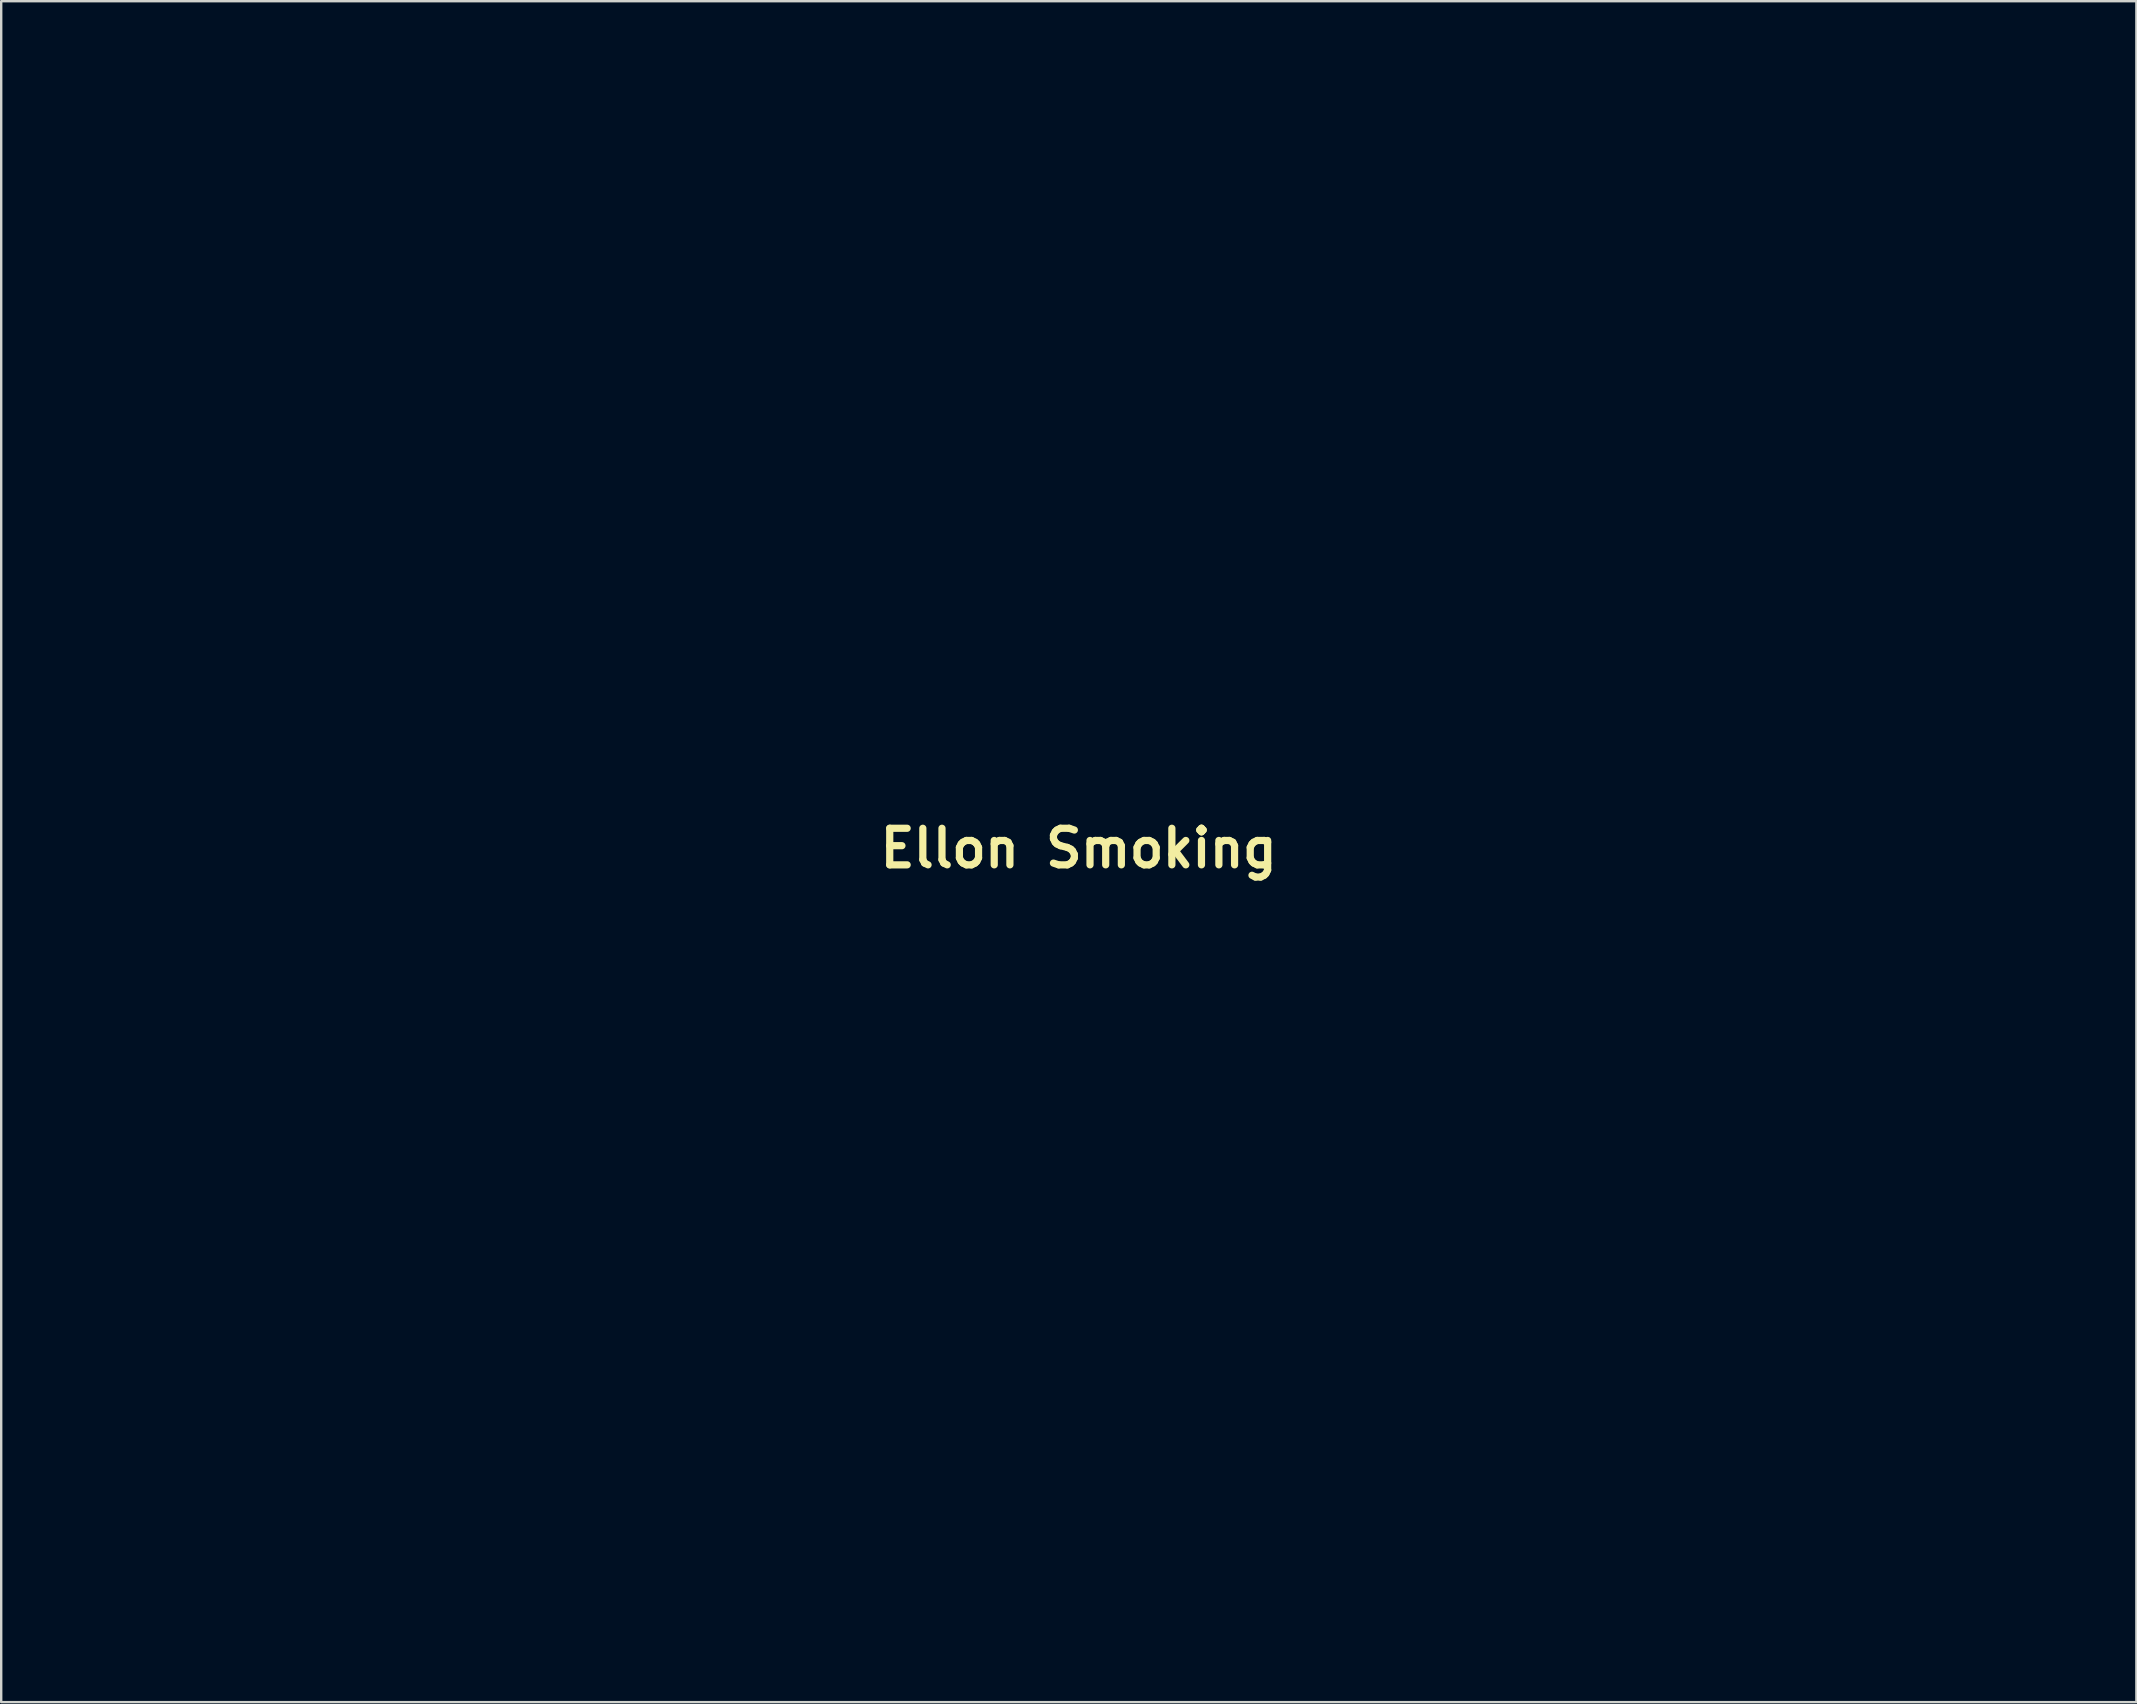
<source format=kicad_pcb>
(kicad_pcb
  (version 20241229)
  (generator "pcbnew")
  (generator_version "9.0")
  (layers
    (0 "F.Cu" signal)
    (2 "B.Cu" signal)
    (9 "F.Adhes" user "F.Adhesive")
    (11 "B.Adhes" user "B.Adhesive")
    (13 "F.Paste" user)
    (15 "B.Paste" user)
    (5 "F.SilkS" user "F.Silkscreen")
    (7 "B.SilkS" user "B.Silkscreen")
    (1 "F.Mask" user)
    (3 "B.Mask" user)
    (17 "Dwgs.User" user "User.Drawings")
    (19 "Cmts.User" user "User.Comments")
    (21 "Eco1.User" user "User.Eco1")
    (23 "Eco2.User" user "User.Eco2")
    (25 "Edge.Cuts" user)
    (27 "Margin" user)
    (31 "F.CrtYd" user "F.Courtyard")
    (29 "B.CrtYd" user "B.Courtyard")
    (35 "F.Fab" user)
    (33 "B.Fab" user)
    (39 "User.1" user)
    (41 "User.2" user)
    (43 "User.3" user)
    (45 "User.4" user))
  (footprint "Ellon Smoking"
    (layer "F.Cu")
    (at 41.901 32.3)
    (property "Reference" "Ellon Smoking" (at 0 0 0) (layer "F.SilkS") (effects (font (size 1.524 1.524) (thickness 0.3))))
    (attr through_hole)
    (fp_poly (pts (xy -5.588 -1.99) (xy -5.63 -1.947) (xy -5.673 -1.99) (xy -5.63 -2.032) (xy -5.588 -1.99)) (stroke (width 0.01) (type solid)) (fill no) (layer "Eco2.User"))
    (fp_poly (pts (xy -3.471 29.083) (xy -3.514 29.125) (xy -3.556 29.083) (xy -3.514 29.041) (xy -3.471 29.083)) (stroke (width 0.01) (type solid)) (fill no) (layer "Eco2.User"))
    (fp_poly (pts (xy 1.439 -3.09) (xy 1.397 -3.048) (xy 1.355 -3.09) (xy 1.397 -3.133) (xy 1.439 -3.09)) (stroke (width 0.01) (type solid)) (fill no) (layer "Eco2.User"))
    (fp_poly (pts (xy 1.439 -1.482) (xy 1.397 -1.439) (xy 1.355 -1.482) (xy 1.397 -1.524) (xy 1.439 -1.482)) (stroke (width 0.01) (type solid)) (fill no) (layer "Eco2.User"))
    (fp_poly (pts (xy 4.064 -32.131) (xy 4.022 -32.089) (xy 3.979 -32.131) (xy 4.022 -32.173) (xy 4.064 -32.131)) (stroke (width 0.01) (type solid)) (fill no) (layer "Eco2.User"))
    (fp_poly (pts (xy -13.152 27.63) (xy -13.141 27.73) (xy -13.152 27.742) (xy -13.202 27.731) (xy -13.208 27.686) (xy -13.177 27.616) (xy -13.152 27.63)) (stroke (width 0.01) (type solid)) (fill no) (layer "Eco2.User"))
    (fp_poly (pts (xy 4.549 -32.055) (xy 4.524 -32.017) (xy 4.438 -32.011) (xy 4.348 -32.031) (xy 4.387 -32.062) (xy 4.519 -32.072) (xy 4.549 -32.055)) (stroke (width 0.01) (type solid)) (fill no) (layer "Eco2.User"))
    (fp_poly (pts (xy -3.897 -0.864) (xy -3.864 -0.804) (xy -3.837 -0.694) (xy -3.845 -0.677) (xy -3.915 -0.733) (xy -3.979 -0.804) (xy -4.031 -0.907) (xy -3.999 -0.931) (xy -3.897 -0.864)) (stroke (width 0.01) (type solid)) (fill no) (layer "Eco2.User"))
    (fp_poly (pts (xy -1.623 6.17) (xy -1.561 6.239) (xy -1.651 6.296) (xy -1.883 6.348) (xy -2.013 6.294) (xy -2.032 6.223) (xy -1.966 6.122) (xy -1.808 6.102) (xy -1.623 6.17)) (stroke (width 0.01) (type solid)) (fill no) (layer "Eco2.User"))
    (fp_poly (pts (xy 4.136 18.773) (xy 4.149 18.833) (xy 4.104 18.949) (xy 4.064 18.965) (xy 3.982 18.905) (xy 3.979 18.886) (xy 4.041 18.771) (xy 4.064 18.754) (xy 4.136 18.773)) (stroke (width 0.01) (type solid)) (fill no) (layer "Eco2.User"))
    (fp_poly (pts (xy 5.419 16.046) (xy 5.461 16.087) (xy 5.468 16.161) (xy 5.367 16.149) (xy 5.249 16.087) (xy 5.17 16.021) (xy 5.246 16.004) (xy 5.266 16.003) (xy 5.419 16.046)) (stroke (width 0.01) (type solid)) (fill no) (layer "Eco2.User"))
    (fp_poly (pts (xy 12.954 17.653) (xy 13.035 17.761) (xy 13.039 17.785) (xy 12.974 17.862) (xy 12.954 17.865) (xy 12.88 17.796) (xy 12.869 17.733) (xy 12.91 17.645) (xy 12.954 17.653)) (stroke (width 0.01) (type solid)) (fill no) (layer "Eco2.User"))
    (fp_poly (pts (xy 26.944 10.006) (xy 26.966 10.075) (xy 26.896 10.195) (xy 26.818 10.229) (xy 26.698 10.199) (xy 26.67 10.075) (xy 26.713 9.936) (xy 26.818 9.922) (xy 26.944 10.006)) (stroke (width 0.01) (type solid)) (fill no) (layer "Eco2.User"))
    (fp_poly (pts (xy 19.412 5.654) (xy 19.459 5.838) (xy 19.437 5.974) (xy 19.351 6.151) (xy 19.247 6.18) (xy 19.162 6.072) (xy 19.135 5.884) (xy 19.164 5.661) (xy 19.256 5.588) (xy 19.257 5.588) (xy 19.412 5.654)) (stroke (width 0.01) (type solid)) (fill no) (layer "Eco2.User"))
    (fp_poly (pts (xy 18.353 2.01) (xy 18.36 2.098) (xy 18.332 2.195) (xy 18.216 2.333) (xy 18.034 2.368) (xy 17.857 2.298) (xy 17.785 2.21) (xy 17.749 2.103) (xy 17.815 2.046) (xy 18.015 2.011) (xy 18.25 1.987) (xy 18.353 2.01)) (stroke (width 0.01) (type solid)) (fill no) (layer "Eco2.User"))
    (fp_poly (pts (xy 11.454 5.402) (xy 11.408 5.568) (xy 11.391 5.609) (xy 11.277 5.785) (xy 11.133 5.898) (xy 11.001 5.927) (xy 10.927 5.855) (xy 10.922 5.812) (xy 10.985 5.683) (xy 11.132 5.523) (xy 11.304 5.388) (xy 11.437 5.334) (xy 11.454 5.402)) (stroke (width 0.01) (type solid)) (fill no) (layer "Eco2.User"))
    (fp_poly (pts (xy 14.389 -21.098) (xy 14.492 -20.934) (xy 14.588 -20.737) (xy 14.643 -20.57) (xy 14.647 -20.534) (xy 14.606 -20.477) (xy 14.508 -20.532) (xy 14.393 -20.671) (xy 14.353 -20.739) (xy 14.243 -20.998) (xy 14.243 -21.137) (xy 14.313 -21.167) (xy 14.389 -21.098)) (stroke (width 0.01) (type solid)) (fill no) (layer "Eco2.User"))
    (fp_poly (pts (xy 21.316 6.663) (xy 21.573 6.715) (xy 21.66 6.781) (xy 21.58 6.863) (xy 21.408 6.934) (xy 21.174 7.008) (xy 21.048 7.01) (xy 20.982 6.931) (xy 20.953 6.852) (xy 20.92 6.71) (xy 20.96 6.644) (xy 21.107 6.638) (xy 21.316 6.663)) (stroke (width 0.01) (type solid)) (fill no) (layer "Eco2.User"))
    (fp_poly (pts (xy -40.473 32.439) (xy -40.107 32.449) (xy -39.977 32.459) (xy -40.003 32.467) (xy -40.172 32.473) (xy -40.472 32.477) (xy -40.767 32.478) (xy -41.15 32.476) (xy -41.408 32.472) (xy -41.529 32.465) (xy -41.502 32.456) (xy -41.377 32.449) (xy -40.944 32.438) (xy -40.473 32.439)) (stroke (width 0.01) (type solid)) (fill no) (layer "Eco2.User"))
    (fp_poly (pts (xy -11.786 -5.78) (xy -11.764 -5.749) (xy -11.722 -5.627) (xy -11.795 -5.546) (xy -12.009 -5.488) (xy -12.098 -5.472) (xy -12.348 -5.425) (xy -12.541 -5.376) (xy -12.566 -5.367) (xy -12.679 -5.367) (xy -12.7 -5.408) (xy -12.627 -5.492) (xy -12.467 -5.554) (xy -12.209 -5.644) (xy -12.033 -5.734) (xy -11.875 -5.811) (xy -11.786 -5.78)) (stroke (width 0.01) (type solid)) (fill no) (layer "Eco2.User"))
    (fp_poly (pts (xy -7.709 -2.585) (xy -7.652 -2.501) (xy -7.592 -2.359) (xy -7.557 -2.235) (xy -7.565 -2.201) (xy -7.646 -2.181) (xy -7.826 -2.13) (xy -7.847 -2.124) (xy -8.044 -2.085) (xy -8.16 -2.093) (xy -8.164 -2.096) (xy -8.207 -2.214) (xy -8.213 -2.287) (xy -8.144 -2.413) (xy -7.985 -2.53) (xy -7.809 -2.596) (xy -7.709 -2.585)) (stroke (width 0.01) (type solid)) (fill no) (layer "Eco2.User"))
    (fp_poly (pts (xy 18.254 9.269) (xy 18.399 9.318) (xy 18.618 9.43) (xy 18.772 9.551) (xy 18.775 9.554) (xy 18.872 9.705) (xy 18.861 9.807) (xy 18.725 9.871) (xy 18.447 9.907) (xy 18.203 9.921) (xy 17.889 9.932) (xy 17.652 9.936) (xy 17.533 9.933) (xy 17.526 9.931) (xy 17.581 9.779) (xy 17.713 9.581) (xy 17.874 9.405) (xy 17.918 9.369) (xy 18.091 9.269) (xy 18.254 9.269)) (stroke (width 0.01) (type solid)) (fill no) (layer "Eco2.User"))
    (fp_poly (pts (xy -11.303 -1.054) (xy -11.236 -0.899) (xy -11.255 -0.608) (xy -11.28 -0.48) (xy -11.304 -0.112) (xy -11.263 0.155) (xy -11.176 0.624) (xy -11.208 0.979) (xy -11.36 1.23) (xy -11.399 1.264) (xy -11.664 1.416) (xy -11.87 1.41) (xy -12.014 1.248) (xy -12.032 1.206) (xy -12.102 0.89) (xy -12.108 0.509) (xy -12.06 0.1) (xy -11.967 -0.299) (xy -11.839 -0.652) (xy -11.684 -0.921) (xy -11.513 -1.069) (xy -11.458 -1.084) (xy -11.303 -1.054)) (stroke (width 0.01) (type solid)) (fill no) (layer "Eco2.User"))
    (fp_poly (pts (xy 1.319 -2.91) (xy 1.539 -2.843) (xy 1.796 -2.743) (xy 2.04 -2.63) (xy 2.22 -2.526) (xy 2.286 -2.454) (xy 2.242 -2.353) (xy 2.174 -2.25) (xy 2.065 -2.147) (xy 1.937 -2.176) (xy 1.887 -2.206) (xy 1.725 -2.271) (xy 1.541 -2.241) (xy 1.452 -2.207) (xy 1.173 -2.058) (xy 1.057 -1.914) (xy 1.105 -1.778) (xy 1.143 -1.746) (xy 1.24 -1.621) (xy 1.236 -1.537) (xy 1.163 -1.458) (xy 1.066 -1.467) (xy 0.905 -1.575) (xy 0.782 -1.674) (xy 0.579 -1.873) (xy 0.517 -2.024) (xy 0.589 -2.16) (xy 0.637 -2.203) (xy 0.759 -2.35) (xy 0.887 -2.567) (xy 0.899 -2.591) (xy 1.028 -2.792) (xy 1.168 -2.914) (xy 1.185 -2.921) (xy 1.319 -2.91)) (stroke (width 0.01) (type solid)) (fill no) (layer "Eco2.User"))
    (fp_poly (pts (xy 1.491 5.113) (xy 1.501 5.2) (xy 1.456 5.227) (xy 1.395 5.28) (xy 1.473 5.364) (xy 1.549 5.45) (xy 1.517 5.554) (xy 1.435 5.661) (xy 1.323 5.772) (xy 1.27 5.773) (xy 1.27 5.767) (xy 1.197 5.697) (xy 1.048 5.673) (xy 0.9 5.657) (xy 0.895 5.594) (xy 0.922 5.556) (xy 0.953 5.461) (xy 1.185 5.461) (xy 1.228 5.566) (xy 1.276 5.572) (xy 1.364 5.484) (xy 1.367 5.461) (xy 1.301 5.362) (xy 1.276 5.35) (xy 1.199 5.391) (xy 1.185 5.461) (xy 0.953 5.461) (xy 0.977 5.386) (xy 0.961 5.29) (xy 0.944 5.187) (xy 1.034 5.175) (xy 1.122 5.194) (xy 1.314 5.202) (xy 1.378 5.143) (xy 1.453 5.089) (xy 1.491 5.113)) (stroke (width 0.01) (type solid)) (fill no) (layer "Eco2.User"))
    (fp_poly (pts (xy 11.099 21.665) (xy 11.19 21.856) (xy 11.229 22.108) (xy 11.214 22.301) (xy 11.155 22.473) (xy 11.028 22.613) (xy 10.791 22.763) (xy 10.699 22.812) (xy 10.364 23.014) (xy 10.012 23.267) (xy 9.828 23.421) (xy 9.567 23.684) (xy 9.403 23.942) (xy 9.285 24.275) (xy 9.281 24.287) (xy 9.197 24.565) (xy 9.12 24.719) (xy 9.018 24.792) (xy 8.857 24.822) (xy 8.85 24.823) (xy 8.662 24.831) (xy 8.621 24.789) (xy 8.639 24.761) (xy 8.641 24.638) (xy 8.487 24.458) (xy 8.48 24.451) (xy 8.358 24.335) (xy 8.292 24.227) (xy 8.272 24.079) (xy 8.289 23.843) (xy 8.315 23.617) (xy 8.423 23.065) (xy 8.601 22.662) (xy 8.855 22.4) (xy 9.194 22.271) (xy 9.469 22.255) (xy 9.704 22.244) (xy 9.925 22.178) (xy 10.188 22.033) (xy 10.348 21.93) (xy 10.615 21.762) (xy 10.838 21.64) (xy 10.971 21.59) (xy 10.976 21.59) (xy 11.099 21.665)) (stroke (width 0.01) (type solid)) (fill no) (layer "Eco2.User"))
    (fp_poly (pts (xy -7.861 -0.874) (xy -7.507 -0.812) (xy -7.04 -0.709) (xy -6.854 -0.667) (xy -6.404 -0.546) (xy -6.028 -0.41) (xy -5.753 -0.272) (xy -5.605 -0.142) (xy -5.588 -0.089) (xy -5.659 0.023) (xy -5.835 0.162) (xy -6.065 0.296) (xy -6.295 0.393) (xy -6.449 0.423) (xy -6.71 0.455) (xy -6.904 0.509) (xy -7.054 0.586) (xy -7.063 0.67) (xy -7.027 0.72) (xy -6.965 0.895) (xy -6.974 1.045) (xy -7.034 1.169) (xy -7.165 1.254) (xy -7.411 1.323) (xy -7.506 1.343) (xy -7.963 1.417) (xy -8.299 1.426) (xy -8.548 1.366) (xy -8.717 1.261) (xy -8.89 1.136) (xy -9.158 0.962) (xy -9.468 0.775) (xy -9.521 0.744) (xy -9.975 0.467) (xy -10.282 0.243) (xy -10.453 0.063) (xy -10.499 -0.067) (xy -10.473 -0.145) (xy -10.379 -0.091) (xy -10.296 -0.063) (xy -10.155 -0.087) (xy -9.93 -0.171) (xy -9.598 -0.325) (xy -9.314 -0.465) (xy -8.934 -0.654) (xy -8.639 -0.786) (xy -8.388 -0.864) (xy -8.142 -0.893) (xy -7.861 -0.874)) (stroke (width 0.01) (type solid)) (fill no) (layer "Eco2.User"))
    (fp_poly (pts (xy 18.197 15.363) (xy 18.45 15.44) (xy 18.827 15.573) (xy 19.069 15.661) (xy 19.62 15.87) (xy 20.039 16.045) (xy 20.353 16.199) (xy 20.592 16.348) (xy 20.783 16.507) (xy 20.87 16.595) (xy 21.086 16.779) (xy 21.383 16.98) (xy 21.632 17.12) (xy 22.052 17.352) (xy 22.341 17.558) (xy 22.492 17.728) (xy 22.501 17.855) (xy 22.363 17.931) (xy 22.156 17.949) (xy 21.796 18.022) (xy 21.519 18.221) (xy 21.339 18.517) (xy 21.271 18.884) (xy 21.328 19.291) (xy 21.399 19.482) (xy 21.521 19.708) (xy 21.717 20.02) (xy 21.956 20.369) (xy 22.123 20.599) (xy 22.364 20.937) (xy 22.574 21.259) (xy 22.725 21.523) (xy 22.781 21.65) (xy 22.826 21.804) (xy 22.828 21.924) (xy 22.766 22.032) (xy 22.62 22.147) (xy 22.368 22.292) (xy 21.989 22.488) (xy 21.907 22.529) (xy 21.356 22.774) (xy 20.793 22.963) (xy 20.272 23.08) (xy 19.918 23.113) (xy 19.724 23.093) (xy 19.65 23.01) (xy 19.643 22.935) (xy 19.612 22.807) (xy 19.49 22.799) (xy 19.452 22.808) (xy 19.216 22.86) (xy 18.939 22.899) (xy 18.667 22.923) (xy 18.446 22.929) (xy 18.321 22.913) (xy 18.31 22.892) (xy 18.304 22.784) (xy 18.249 22.554) (xy 18.155 22.239) (xy 18.065 21.97) (xy 17.908 21.464) (xy 17.796 20.989) (xy 17.742 20.605) (xy 17.742 20.598) (xy 17.736 20.301) (xy 17.767 20.058) (xy 17.85 19.802) (xy 18.001 19.468) (xy 18.008 19.453) (xy 18.152 19.108) (xy 18.299 18.682) (xy 18.433 18.226) (xy 18.541 17.791) (xy 18.609 17.428) (xy 18.625 17.249) (xy 18.556 17.108) (xy 18.407 16.999) (xy 18.269 16.917) (xy 18.219 16.804) (xy 18.236 16.597) (xy 18.242 16.556) (xy 18.311 16.119) (xy 18.353 15.822) (xy 18.364 15.638) (xy 18.344 15.54) (xy 18.291 15.501) (xy 18.202 15.494) (xy 18.173 15.494) (xy 18.008 15.466) (xy 17.949 15.409) (xy 17.969 15.353) (xy 18.044 15.335) (xy 18.197 15.363)) (stroke (width 0.01) (type solid)) (fill no) (layer "Eco2.User"))
    (fp_poly (pts (xy -0.722 -32.292) (xy 0.153 -32.266) (xy 1.048 -32.218) (xy 1.936 -32.151) (xy 2.789 -32.067) (xy 3.582 -31.967) (xy 4.288 -31.855) (xy 4.88 -31.731) (xy 5.331 -31.598) (xy 5.355 -31.589) (xy 5.518 -31.548) (xy 5.588 -31.575) (xy 5.588 -31.576) (xy 5.515 -31.641) (xy 5.324 -31.735) (xy 5.101 -31.821) (xy 4.877 -31.908) (xy 4.764 -31.972) (xy 4.784 -31.997) (xy 4.994 -31.973) (xy 5.307 -31.9) (xy 5.67 -31.794) (xy 6.03 -31.67) (xy 6.333 -31.546) (xy 6.4 -31.514) (xy 6.818 -31.266) (xy 7.316 -30.912) (xy 7.865 -30.477) (xy 8.435 -29.983) (xy 8.997 -29.456) (xy 9.102 -29.352) (xy 9.487 -28.973) (xy 9.803 -28.686) (xy 10.086 -28.472) (xy 10.374 -28.31) (xy 10.703 -28.182) (xy 11.111 -28.067) (xy 11.635 -27.947) (xy 11.853 -27.899) (xy 12.31 -27.792) (xy 12.755 -27.672) (xy 13.136 -27.554) (xy 13.388 -27.46) (xy 13.864 -27.249) (xy 14.427 -27.635) (xy 15.244 -28.128) (xy 16.137 -28.55) (xy 17.053 -28.88) (xy 17.939 -29.097) (xy 18.124 -29.127) (xy 18.48 -29.198) (xy 18.745 -29.267) (xy 20.435 -29.267) (xy 20.441 -29.219) (xy 20.539 -29.202) (xy 20.752 -29.222) (xy 21.015 -29.27) (xy 21.333 -29.325) (xy 21.754 -29.375) (xy 22.213 -29.415) (xy 22.479 -29.43) (xy 22.972 -29.443) (xy 23.382 -29.428) (xy 23.785 -29.378) (xy 24.261 -29.285) (xy 24.342 -29.268) (xy 24.842 -29.161) (xy 25.195 -29.092) (xy 25.419 -29.059) (xy 25.53 -29.059) (xy 25.546 -29.091) (xy 25.523 -29.119) (xy 25.353 -29.217) (xy 25.055 -29.327) (xy 24.668 -29.437) (xy 24.231 -29.537) (xy 23.784 -29.616) (xy 23.619 -29.638) (xy 23.013 -29.689) (xy 22.48 -29.677) (xy 22.189 -29.644) (xy 21.804 -29.591) (xy 21.418 -29.539) (xy 21.124 -29.501) (xy 20.778 -29.439) (xy 20.54 -29.357) (xy 20.435 -29.267) (xy 18.745 -29.267) (xy 18.924 -29.314) (xy 19.388 -29.457) (xy 19.643 -29.545) (xy 20.456 -29.819) (xy 21.184 -30.008) (xy 21.882 -30.122) (xy 22.605 -30.171) (xy 22.987 -30.174) (xy 23.774 -30.145) (xy 24.44 -30.058) (xy 25.025 -29.897) (xy 25.567 -29.647) (xy 26.106 -29.292) (xy 26.679 -28.816) (xy 26.937 -28.578) (xy 27.401 -28.133) (xy 27.748 -27.773) (xy 27.994 -27.477) (xy 28.154 -27.223) (xy 28.243 -26.99) (xy 28.277 -26.756) (xy 28.278 -26.687) (xy 28.246 -26.358) (xy 28.14 -26.06) (xy 27.947 -25.783) (xy 27.655 -25.518) (xy 27.25 -25.256) (xy 26.72 -24.987) (xy 26.053 -24.701) (xy 25.234 -24.389) (xy 25.109 -24.344) (xy 24.627 -24.174) (xy 24.174 -24.023) (xy 23.721 -23.883) (xy 23.241 -23.748) (xy 22.705 -23.61) (xy 22.085 -23.461) (xy 21.354 -23.294) (xy 20.527 -23.11) (xy 19.72 -22.933) (xy 19.062 -22.788) (xy 18.54 -22.671) (xy 18.136 -22.579) (xy 17.836 -22.508) (xy 17.625 -22.453) (xy 17.487 -22.41) (xy 17.407 -22.375) (xy 17.37 -22.345) (xy 17.359 -22.315) (xy 17.361 -22.28) (xy 17.361 -22.274) (xy 17.39 -22.154) (xy 17.469 -21.904) (xy 17.588 -21.551) (xy 17.738 -21.124) (xy 17.891 -20.701) (xy 18.416 -19.262) (xy 18.797 -19.282) (xy 18.995 -19.294) (xy 19.331 -19.315) (xy 19.772 -19.343) (xy 20.287 -19.377) (xy 20.845 -19.414) (xy 20.998 -19.424) (xy 22.818 -19.545) (xy 22.993 -19.625) (xy 24.353 -19.625) (xy 24.353 -19.624) (xy 24.483 -19.566) (xy 24.749 -19.561) (xy 25.131 -19.608) (xy 25.604 -19.701) (xy 26.149 -19.837) (xy 26.411 -19.914) (xy 28.074 -19.914) (xy 28.125 -19.893) (xy 28.33 -19.871) (xy 28.671 -19.848) (xy 29.133 -19.825) (xy 29.7 -19.802) (xy 30.354 -19.782) (xy 31.08 -19.763) (xy 31.496 -19.755) (xy 31.703 -19.752) (xy 31.8 -19.759) (xy 31.776 -19.783) (xy 31.618 -19.83) (xy 31.313 -19.909) (xy 31.157 -19.949) (xy 30.739 -20.043) (xy 30.313 -20.118) (xy 29.952 -20.164) (xy 29.845 -20.17) (xy 29.535 -20.165) (xy 29.164 -20.134) (xy 28.781 -20.084) (xy 28.436 -20.023) (xy 28.177 -19.958) (xy 28.074 -19.914) (xy 26.411 -19.914) (xy 26.742 -20.011) (xy 27.051 -20.112) (xy 27.774 -20.351) (xy 28.366 -20.532) (xy 28.853 -20.66) (xy 29.261 -20.74) (xy 29.616 -20.777) (xy 29.944 -20.777) (xy 30.272 -20.743) (xy 30.309 -20.738) (xy 30.767 -20.646) (xy 31.334 -20.496) (xy 31.964 -20.303) (xy 32.613 -20.082) (xy 33.236 -19.849) (xy 33.788 -19.616) (xy 33.994 -19.52) (xy 34.401 -19.326) (xy 34.681 -19.206) (xy 34.854 -19.152) (xy 34.943 -19.16) (xy 34.967 -19.221) (xy 34.934 -19.337) (xy 34.848 -19.559) (xy 34.727 -19.835) (xy 34.429 -20.345) (xy 34.037 -20.751) (xy 33.535 -21.062) (xy 32.908 -21.29) (xy 32.235 -21.431) (xy 31.592 -21.482) (xy 30.828 -21.461) (xy 29.97 -21.373) (xy 29.049 -21.224) (xy 28.092 -21.02) (xy 27.128 -20.764) (xy 26.187 -20.464) (xy 25.296 -20.125) (xy 25.226 -20.095) (xy 24.872 -19.937) (xy 24.59 -19.796) (xy 24.407 -19.686) (xy 24.353 -19.625) (xy 22.993 -19.625) (xy 23.876 -20.026) (xy 24.588 -20.343) (xy 25.197 -20.601) (xy 25.749 -20.816) (xy 26.294 -21.005) (xy 26.877 -21.187) (xy 27.39 -21.336) (xy 28.254 -21.566) (xy 29.006 -21.734) (xy 29.688 -21.845) (xy 30.342 -21.908) (xy 31.01 -21.929) (xy 31.045 -21.929) (xy 31.994 -21.883) (xy 32.841 -21.749) (xy 33.575 -21.531) (xy 34.186 -21.233) (xy 34.662 -20.859) (xy 34.991 -20.418) (xy 35.128 -20.129) (xy 35.276 -19.759) (xy 35.396 -19.417) (xy 35.539 -19.031) (xy 35.676 -18.801) (xy 35.767 -18.729) (xy 35.928 -18.633) (xy 36.192 -18.452) (xy 36.531 -18.205) (xy 36.918 -17.916) (xy 37.324 -17.604) (xy 37.721 -17.292) (xy 38.082 -17.001) (xy 38.379 -16.751) (xy 38.499 -16.644) (xy 39.12 -15.998) (xy 39.698 -15.25) (xy 40.206 -14.441) (xy 40.619 -13.615) (xy 40.908 -12.813) (xy 40.939 -12.7) (xy 41.07 -11.875) (xy 41.047 -11.044) (xy 40.869 -10.245) (xy 40.863 -10.229) (xy 40.468 -9.311) (xy 39.918 -8.44) (xy 39.225 -7.626) (xy 38.4 -6.879) (xy 37.453 -6.209) (xy 36.397 -5.625) (xy 35.242 -5.137) (xy 35.136 -5.099) (xy 34.665 -4.957) (xy 34.068 -4.813) (xy 33.388 -4.675) (xy 32.669 -4.55) (xy 31.954 -4.448) (xy 31.286 -4.374) (xy 30.982 -4.351) (xy 30.237 -4.334) (xy 29.49 -4.385) (xy 29.119 -4.432) (xy 28.617 -4.501) (xy 28.03 -4.578) (xy 27.446 -4.652) (xy 27.089 -4.695) (xy 26.454 -4.796) (xy 25.696 -4.956) (xy 24.844 -5.166) (xy 23.929 -5.418) (xy 22.982 -5.702) (xy 22.033 -6.008) (xy 21.112 -6.328) (xy 20.251 -6.651) (xy 19.48 -6.969) (xy 19.142 -7.121) (xy 18.832 -7.263) (xy 18.586 -7.369) (xy 18.441 -7.426) (xy 18.416 -7.43) (xy 18.4 -7.342) (xy 18.369 -7.124) (xy 18.327 -6.813) (xy 18.301 -6.604) (xy 18.251 -6.221) (xy 18.204 -5.875) (xy 18.165 -5.618) (xy 18.153 -5.545) (xy 18.105 -5.29) (xy 18.726 -5.19) (xy 19.592 -5.008) (xy 20.476 -4.747) (xy 21.3 -4.432) (xy 21.59 -4.298) (xy 22.258 -3.899) (xy 22.888 -3.384) (xy 23.441 -2.792) (xy 23.877 -2.161) (xy 23.991 -1.947) (xy 24.271 -1.262) (xy 24.511 -0.456) (xy 24.7 0.425) (xy 24.829 1.334) (xy 24.889 2.226) (xy 24.892 2.458) (xy 24.882 2.805) (xy 24.856 3.224) (xy 24.818 3.666) (xy 24.773 4.083) (xy 24.725 4.428) (xy 24.679 4.653) (xy 24.678 4.659) (xy 24.711 4.744) (xy 24.861 4.871) (xy 25.138 5.049) (xy 25.556 5.286) (xy 25.633 5.329) (xy 26.216 5.649) (xy 26.684 5.919) (xy 27.076 6.163) (xy 27.427 6.407) (xy 27.777 6.675) (xy 28.16 6.992) (xy 28.423 7.218) (xy 28.807 7.544) (xy 29.279 7.937) (xy 29.793 8.358) (xy 30.303 8.77) (xy 30.607 9.013) (xy 31.11 9.428) (xy 31.673 9.921) (xy 32.274 10.47) (xy 32.889 11.053) (xy 33.497 11.647) (xy 34.074 12.231) (xy 34.598 12.78) (xy 35.046 13.275) (xy 35.396 13.691) (xy 35.495 13.82) (xy 35.681 14.029) (xy 35.966 14.3) (xy 36.311 14.598) (xy 36.664 14.878) (xy 37.17 15.278) (xy 37.545 15.624) (xy 37.81 15.943) (xy 37.983 16.262) (xy 38.084 16.606) (xy 38.124 16.902) (xy 38.163 17.189) (xy 38.235 17.491) (xy 38.353 17.844) (xy 38.528 18.286) (xy 38.692 18.669) (xy 38.906 19.171) (xy 39.124 19.702) (xy 39.322 20.205) (xy 39.478 20.623) (xy 39.501 20.686) (xy 39.618 21.02) (xy 39.718 21.31) (xy 39.802 21.572) (xy 39.87 21.824) (xy 39.926 22.08) (xy 39.97 22.359) (xy 40.003 22.677) (xy 40.027 23.05) (xy 40.043 23.494) (xy 40.053 24.026) (xy 40.059 24.664) (xy 40.06 25.422) (xy 40.06 26.318) (xy 40.059 27.27) (xy 40.057 28.329) (xy 40.054 29.232) (xy 40.049 29.992) (xy 40.04 30.621) (xy 40.029 31.133) (xy 40.012 31.541) (xy 39.991 31.857) (xy 39.964 32.094) (xy 39.931 32.266) (xy 39.89 32.385) (xy 39.842 32.465) (xy 39.784 32.518) (xy 39.767 32.53) (xy 39.676 32.534) (xy 39.422 32.538) (xy 39.009 32.542) (xy 38.442 32.546) (xy 37.727 32.549) (xy 36.869 32.553) (xy 35.873 32.556) (xy 34.745 32.559) (xy 33.49 32.561) (xy 32.113 32.564) (xy 30.619 32.566) (xy 29.014 32.568) (xy 27.303 32.57) (xy 25.492 32.572) (xy 23.584 32.574) (xy 21.587 32.575) (xy 19.505 32.576) (xy 17.342 32.577) (xy 15.106 32.577) (xy 12.8 32.577) (xy 10.431 32.577) (xy 8.003 32.577) (xy 5.522 32.576) (xy 2.992 32.575) (xy 0.42 32.574) (xy 0.296 32.574) (xy -39.074 32.555) (xy -0.328 32.533) (xy 2.753 32.531) (xy 5.668 32.53) (xy 8.423 32.528) (xy 11.022 32.526) (xy 13.47 32.524) (xy 15.77 32.522) (xy 17.928 32.52) (xy 19.948 32.518) (xy 21.833 32.516) (xy 23.59 32.513) (xy 25.222 32.511) (xy 26.733 32.508) (xy 28.128 32.505) (xy 29.412 32.502) (xy 30.588 32.499) (xy 31.662 32.495) (xy 32.638 32.491) (xy 33.52 32.487) (xy 34.313 32.483) (xy 35.021 32.478) (xy 35.648 32.473) (xy 36.2 32.467) (xy 36.68 32.462) (xy 37.093 32.455) (xy 37.443 32.449) (xy 37.735 32.442) (xy 37.974 32.434) (xy 38.163 32.427) (xy 38.307 32.418) (xy 38.411 32.409) (xy 38.479 32.4) (xy 38.515 32.39) (xy 38.523 32.385) (xy 38.519 32.375) (xy 38.485 32.365) (xy 38.418 32.356) (xy 38.312 32.348) (xy 38.165 32.34) (xy 37.97 32.332) (xy 37.725 32.325) (xy 37.424 32.319) (xy 37.063 32.312) (xy 36.637 32.307) (xy 36.143 32.301) (xy 35.576 32.296) (xy 34.932 32.291) (xy 34.206 32.287) (xy 33.393 32.283) (xy 32.49 32.279) (xy 31.492 32.276) (xy 30.394 32.273) (xy 29.192 32.27) (xy 27.883 32.267) (xy 26.461 32.265) (xy 24.922 32.262) (xy 23.261 32.26) (xy 21.475 32.258) (xy 19.559 32.257) (xy 17.508 32.255) (xy 15.318 32.254) (xy 12.985 32.253) (xy 10.504 32.252) (xy 7.871 32.251) (xy 5.082 32.25) (xy 2.132 32.249) (xy -0.773 32.248) (xy -3.355 32.247) (xy -5.897 32.246) (xy -8.395 32.245) (xy -10.842 32.244) (xy -13.233 32.242) (xy -15.563 32.24) (xy -17.827 32.239) (xy -20.018 32.236) (xy -22.133 32.234) (xy -24.164 32.232) (xy -26.107 32.229) (xy -27.956 32.227) (xy -29.707 32.224) (xy -31.353 32.221) (xy -32.889 32.218) (xy -34.31 32.215) (xy -35.61 32.212) (xy -36.785 32.209) (xy -37.827 32.205) (xy -38.733 32.202) (xy -39.497 32.199) (xy -40.113 32.195) (xy -40.576 32.192) (xy -40.88 32.188) (xy -41.021 32.185) (xy -41.021 32.185) (xy -41.406 32.158) (xy -41.654 32.131) (xy -41.796 32.094) (xy -41.865 32.038) (xy -41.892 31.954) (xy -41.896 31.93) (xy -41.884 31.738) (xy -41.553 31.738) (xy -41.545 31.839) (xy -41.477 31.913) (xy -41.336 31.963) (xy -41.107 31.992) (xy -40.776 32.005) (xy -40.329 32.004) (xy -39.75 31.994) (xy -39.026 31.978) (xy -38.462 31.966) (xy -37.65 31.95) (xy -36.989 31.934) (xy -36.463 31.919) (xy -36.055 31.904) (xy -35.747 31.886) (xy -35.521 31.864) (xy -35.361 31.839) (xy -35.249 31.808) (xy -35.169 31.77) (xy -35.124 31.741) (xy -34.998 31.63) (xy -34.897 31.482) (xy -34.819 31.276) (xy -34.758 30.992) (xy -34.741 30.858) (xy -29.549 30.858) (xy -29.531 31.198) (xy -29.474 31.378) (xy -29.367 31.401) (xy -29.202 31.275) (xy -29.085 31.144) (xy -28.823 30.768) (xy -28.553 30.262) (xy -28.287 29.667) (xy -28.042 29.019) (xy -27.96 28.76) (xy -19.782 28.76) (xy -19.681 29.387) (xy -19.471 29.932) (xy -19.153 30.379) (xy -18.758 30.693) (xy -18.455 30.841) (xy -18.216 30.898) (xy -18.069 30.862) (xy -18.034 30.776) (xy -17.965 30.668) (xy -17.89 30.649) (xy -17.797 30.672) (xy -17.848 30.751) (xy -17.94 30.906) (xy -17.92 31.031) (xy -17.82 31.073) (xy -17.679 31.002) (xy -17.593 30.782) (xy -17.578 30.701) (xy -17.527 30.548) (xy -17.5 30.511) (xy -17.467 30.398) (xy -17.446 30.177) (xy -17.442 30.021) (xy -17.458 29.741) (xy -17.527 29.547) (xy -17.683 29.359) (xy -17.737 29.306) (xy -17.949 29.042) (xy -18.076 28.77) (xy -18.085 28.73) (xy -18.113 28.152) (xy -18.003 27.54) (xy -17.766 26.931) (xy -17.418 26.365) (xy -17.109 26.007) (xy -16.88 25.795) (xy -16.668 25.648) (xy -16.412 25.537) (xy -16.056 25.43) (xy -16.003 25.416) (xy -15.684 25.333) (xy -15.436 25.275) (xy -15.296 25.249) (xy -15.28 25.25) (xy -15.175 25.421) (xy -15.049 25.696) (xy -14.925 26.013) (xy -14.827 26.314) (xy -14.782 26.511) (xy -14.773 27.006) (xy -14.866 27.571) (xy -15.043 28.152) (xy -15.288 28.697) (xy -15.585 29.151) (xy -15.61 29.182) (xy -15.796 29.351) (xy -16.072 29.545) (xy -16.356 29.711) (xy -16.786 29.954) (xy -17.086 30.179) (xy -17.285 30.42) (xy -17.414 30.71) (xy -17.477 30.952) (xy -17.499 31.121) (xy -17.447 31.218) (xy -17.281 31.295) (xy -17.195 31.324) (xy -16.69 31.404) (xy -16.15 31.335) (xy -15.595 31.127) (xy -15.044 30.79) (xy -14.517 30.334) (xy -14.035 29.771) (xy -13.932 29.626) (xy -13.783 29.422) (xy -13.686 29.317) (xy -13.662 29.331) (xy -13.663 29.337) (xy -13.749 29.693) (xy -13.831 30.111) (xy -13.905 30.556) (xy -13.965 30.991) (xy -14.008 31.382) (xy -14.028 31.693) (xy -14.02 31.888) (xy -14.008 31.927) (xy -13.904 31.963) (xy -13.677 31.984) (xy -13.371 31.993) (xy -13.031 31.989) (xy -12.701 31.973) (xy -12.428 31.947) (xy -12.363 31.934) (xy -10.363 31.934) (xy -10.259 31.97) (xy -10.039 31.989) (xy -9.754 31.991) (xy -9.455 31.976) (xy -9.194 31.944) (xy -9.128 31.93) (xy -8.901 31.877) (xy -9.193 31.559) (xy -9.214 31.539) (xy -7.76 31.539) (xy -7.738 31.763) (xy -7.621 31.882) (xy -7.398 31.919) (xy -7.378 31.919) (xy -7.177 31.906) (xy -7.06 31.835) (xy -7.059 31.833) (xy -6.391 31.833) (xy -6.373 31.907) (xy -6.313 31.919) (xy -6.197 31.9) (xy -6.181 31.882) (xy -6.243 31.803) (xy -6.354 31.801) (xy -6.391 31.833) (xy -7.059 31.833) (xy -6.971 31.664) (xy -6.932 31.559) (xy -6.798 31.292) (xy -6.644 31.178) (xy -6.622 31.173) (xy -6.456 31.078) (xy -6.385 30.961) (xy -6.261 30.701) (xy -6.028 30.348) (xy -5.705 29.928) (xy -5.416 29.587) (xy -4.868 29.587) (xy -4.857 29.718) (xy -4.854 29.72) (xy -4.717 29.756) (xy -4.481 29.741) (xy -4.204 29.687) (xy -3.945 29.608) (xy -3.762 29.514) (xy -3.727 29.481) (xy -3.656 29.409) (xy -3.602 29.424) (xy -3.546 29.553) (xy -3.47 29.819) (xy -3.465 29.838) (xy -3.329 30.355) (xy -3.23 30.743) (xy -3.162 31.035) (xy -3.115 31.266) (xy -3.087 31.437) (xy -3.005 31.702) (xy -2.853 31.836) (xy -2.655 31.869) (xy -2.355 31.87) (xy -2.081 31.847) (xy -1.055 31.847) (xy -1.05 31.932) (xy -0.951 31.964) (xy -0.726 31.987) (xy -0.422 32) (xy -0.081 32.003) (xy 0.25 31.994) (xy 0.527 31.973) (xy 0.646 31.955) (xy 0.773 31.913) (xy 0.789 31.899) (xy 3.173 31.899) (xy 3.18 31.928) (xy 3.284 31.964) (xy 3.51 31.986) (xy 3.811 31.993) (xy 4.141 31.987) (xy 4.454 31.967) (xy 4.702 31.935) (xy 4.8 31.91) (xy 5.02 31.749) (xy 5.109 31.542) (xy 5.335 31.542) (xy 5.363 31.751) (xy 5.496 31.903) (xy 5.524 31.917) (xy 5.783 31.975) (xy 6.119 31.996) (xy 6.447 31.977) (xy 6.583 31.951) (xy 6.741 31.879) (xy 6.742 31.785) (xy 6.584 31.662) (xy 6.456 31.592) (xy 6.077 31.424) (xy 5.755 31.329) (xy 5.521 31.313) (xy 5.427 31.353) (xy 5.335 31.542) (xy 5.109 31.542) (xy 5.127 31.499) (xy 5.117 31.294) (xy 5.038 31.147) (xy 4.861 31.046) (xy 4.683 30.993) (xy 4.403 30.941) (xy 4.233 30.962) (xy 4.188 30.99) (xy 4.081 31.027) (xy 3.985 30.914) (xy 3.982 30.909) (xy 3.863 30.771) (xy 3.771 30.734) (xy 3.681 30.806) (xy 3.555 30.989) (xy 3.419 31.237) (xy 3.294 31.503) (xy 3.204 31.739) (xy 3.173 31.899) (xy 0.789 31.899) (xy 0.875 31.823) (xy 0.977 31.652) (xy 1.1 31.367) (xy 1.161 31.214) (xy 1.339 30.742) (xy 1.449 30.401) (xy 1.493 30.17) (xy 1.476 30.026) (xy 1.401 29.948) (xy 1.361 29.932) (xy 1.182 29.91) (xy 1.099 29.931) (xy 0.985 29.916) (xy 0.865 29.819) (xy 0.657 29.664) (xy 0.361 29.536) (xy 0.061 29.468) (xy -0.011 29.464) (xy -0.153 29.544) (xy -0.324 29.787) (xy -0.413 29.951) (xy -0.543 30.239) (xy -0.681 30.588) (xy -0.813 30.961) (xy -0.927 31.32) (xy -1.012 31.628) (xy -1.055 31.847) (xy -2.081 31.847) (xy -2.019 31.841) (xy -1.709 31.789) (xy -1.55 31.743) (xy -1.325 31.578) (xy -1.211 31.31) (xy -1.206 30.966) (xy -1.31 30.569) (xy -1.525 30.146) (xy -1.561 30.09) (xy -1.768 29.804) (xy -2.025 29.484) (xy -2.309 29.158) (xy -2.593 28.851) (xy -2.852 28.592) (xy -3.062 28.407) (xy -3.196 28.323) (xy -3.211 28.321) (xy -3.37 28.261) (xy -3.412 28.215) (xy -3.55 28.112) (xy -3.74 28.158) (xy -3.988 28.355) (xy -4.231 28.622) (xy -4.548 29.027) (xy -4.763 29.352) (xy -4.868 29.587) (xy -5.416 29.587) (xy -5.369 29.531) (xy -5.093 29.197) (xy -4.836 28.849) (xy -4.621 28.52) (xy -4.469 28.246) (xy -4.404 28.061) (xy -4.403 28.046) (xy -4.476 27.959) (xy -4.691 27.952) (xy -5.043 28.025) (xy -5.526 28.177) (xy -5.599 28.203) (xy -5.966 28.341) (xy -6.215 28.46) (xy -6.391 28.589) (xy -6.54 28.755) (xy -6.601 28.838) (xy -6.8 29.154) (xy -7.025 29.571) (xy -7.252 30.039) (xy -7.458 30.507) (xy -7.618 30.923) (xy -7.697 31.186) (xy -7.76 31.539) (xy -9.214 31.539) (xy -9.376 31.377) (xy -9.523 31.263) (xy -9.574 31.242) (xy -9.691 31.292) (xy -9.869 31.419) (xy -10.066 31.584) (xy -10.24 31.75) (xy -10.349 31.882) (xy -10.363 31.934) (xy -12.363 31.934) (xy -12.255 31.912) (xy -12.223 31.894) (xy -12.239 31.802) (xy -12.349 31.642) (xy -12.423 31.558) (xy -12.678 31.18) (xy -12.82 30.723) (xy -12.83 30.25) (xy -12.823 30.201) (xy -12.736 29.865) (xy -12.586 29.443) (xy -12.395 28.989) (xy -12.188 28.559) (xy -11.99 28.209) (xy -11.904 28.086) (xy -11.529 27.715) (xy -11.065 27.478) (xy -10.585 27.374) (xy -10.304 27.326) (xy -10.131 27.244) (xy -10.007 27.099) (xy -9.988 27.069) (xy -9.834 26.816) (xy -9.878 27.145) (xy -9.89 27.337) (xy -9.852 27.489) (xy -9.738 27.655) (xy -9.537 27.873) (xy -9.263 28.204) (xy -9.123 28.499) (xy -9.102 28.593) (xy -9.018 29.033) (xy -8.912 29.326) (xy -8.753 29.498) (xy -8.513 29.572) (xy -8.163 29.571) (xy -7.927 29.548) (xy -7.626 29.501) (xy -7.394 29.44) (xy -7.281 29.378) (xy -7.28 29.378) (xy -7.195 29.138) (xy -7.154 28.809) (xy -7.162 28.469) (xy -7.196 28.281) (xy -7.348 27.892) (xy -7.531 27.582) (xy 9.96 27.582) (xy 9.971 27.687) (xy 10.037 27.908) (xy 10.145 28.206) (xy 10.208 28.364) (xy 10.389 28.871) (xy 10.485 29.29) (xy 10.499 29.464) (xy 10.531 29.788) (xy 10.638 29.977) (xy 10.836 30.052) (xy 10.92 30.057) (xy 11.039 30.035) (xy 11.148 29.952) (xy 11.271 29.777) (xy 11.433 29.481) (xy 11.463 29.424) (xy 11.638 29.049) (xy 11.729 28.776) (xy 11.737 28.617) (xy 11.661 28.581) (xy 11.502 28.679) (xy 11.43 28.744) (xy 11.259 28.886) (xy 11.17 28.901) (xy 11.149 28.864) (xy 11.035 28.472) (xy 10.927 28.204) (xy 10.797 28.018) (xy 10.62 27.87) (xy 10.442 27.761) (xy 10.204 27.639) (xy 10.028 27.577) (xy 9.96 27.582) (xy -7.531 27.582) (xy -7.587 27.487) (xy -7.887 27.092) (xy -8.224 26.73) (xy -8.574 26.428) (xy -8.91 26.21) (xy -9.208 26.101) (xy -9.365 26.1) (xy -9.544 26.084) (xy -9.611 25.99) (xy -9.67 25.889) (xy -9.793 25.814) (xy -10.008 25.759) (xy -10.341 25.715) (xy -10.713 25.683) (xy -11.078 25.662) (xy -11.333 25.672) (xy -11.534 25.718) (xy -11.74 25.809) (xy -11.746 25.812) (xy -12.06 26.018) (xy -12.352 26.316) (xy -12.648 26.734) (xy -12.847 27.07) (xy -13.121 27.559) (xy -13.122 26.91) (xy -13.159 26.357) (xy -13.257 25.84) (xy -13.285 25.743) (xy -13.446 25.328) (xy -13.663 24.91) (xy -13.911 24.527) (xy -14.162 24.221) (xy -14.391 24.03) (xy -14.418 24.016) (xy -14.603 23.937) (xy -14.703 23.946) (xy -14.782 24.054) (xy -14.792 24.071) (xy -14.868 24.196) (xy -14.894 24.17) (xy -14.898 24.035) (xy -14.929 23.899) (xy -15.032 23.805) (xy -15.232 23.747) (xy -15.552 23.716) (xy -16.016 23.707) (xy -16.045 23.707) (xy -16.368 23.715) (xy -16.625 23.752) (xy -16.88 23.833) (xy -17.195 23.975) (xy -17.341 24.048) (xy -17.929 24.4) (xy -18.411 24.826) (xy -18.821 25.363) (xy -19.07 25.796) (xy -19.418 26.571) (xy -19.651 27.335) (xy -19.772 28.071) (xy -19.782 28.76) (xy -27.96 28.76) (xy -27.833 28.357) (xy -27.674 27.72) (xy -27.609 27.366) (xy -27.559 26.872) (xy -27.587 26.526) (xy -27.693 26.326) (xy -27.879 26.268) (xy -28.148 26.35) (xy -28.181 26.367) (xy -28.344 26.491) (xy -28.495 26.705) (xy -28.657 27.043) (xy -28.685 27.112) (xy -28.963 27.86) (xy -29.198 28.651) (xy -29.382 29.438) (xy -29.502 30.175) (xy -29.548 30.816) (xy -29.549 30.858) (xy -34.741 30.858) (xy -34.711 30.609) (xy -34.673 30.106) (xy -34.641 29.461) (xy -34.631 29.199) (xy -34.552 29.173) (xy -34.35 29.156) (xy -34.087 29.152) (xy -33.683 29.122) (xy -33.367 29.034) (xy -33.165 28.897) (xy -33.105 28.748) (xy -33.049 28.595) (xy -32.975 28.499) (xy -32.907 28.408) (xy -32.905 28.296) (xy -32.976 28.114) (xy -33.05 27.964) (xy -33.187 27.652) (xy -33.349 27.216) (xy -33.523 26.7) (xy -33.696 26.144) (xy -33.85 25.603) (xy -24.977 25.603) (xy -24.905 25.714) (xy -24.765 25.739) (xy -24.606 25.71) (xy -24.553 25.654) (xy -24.613 25.572) (xy -24.631 25.569) (xy -24.773 25.541) (xy -24.843 25.518) (xy -24.956 25.526) (xy -24.977 25.603) (xy -33.85 25.603) (xy -33.853 25.591) (xy -33.912 25.358) (xy -24.553 25.358) (xy -24.508 25.47) (xy -24.469 25.485) (xy -24.394 25.416) (xy -24.384 25.358) (xy -24.43 25.245) (xy -24.469 25.231) (xy -24.544 25.299) (xy -24.553 25.358) (xy -33.912 25.358) (xy -33.982 25.083) (xy -33.997 25.019) (xy -34.083 24.69) (xy -34.175 24.421) (xy -34.257 24.258) (xy -34.274 24.239) (xy -34.433 24.152) (xy -34.456 24.143) (xy -30.819 24.143) (xy -30.744 24.191) (xy -30.562 24.214) (xy -30.526 24.215) (xy -30.344 24.199) (xy -30.225 24.125) (xy -30.12 23.952) (xy -30.062 23.825) (xy -29.92 23.474) (xy -29.909 23.443) (xy -25.288 23.443) (xy -25.273 23.539) (xy -25.206 23.739) (xy -25.136 23.773) (xy -25.07 23.642) (xy -25.057 23.582) (xy -24.531 23.582) (xy -24.514 23.616) (xy -24.397 23.678) (xy -24.194 23.704) (xy -23.985 23.692) (xy -23.848 23.642) (xy -23.838 23.63) (xy -23.882 23.576) (xy -24.034 23.52) (xy -24.232 23.477) (xy -24.416 23.459) (xy -24.524 23.48) (xy -24.525 23.481) (xy -24.531 23.582) (xy -25.057 23.582) (xy -25.028 23.448) (xy -25.004 23.142) (xy -25.057 22.979) (xy -25.145 22.945) (xy -25.235 23.019) (xy -25.287 23.204) (xy -25.288 23.443) (xy -29.909 23.443) (xy -29.852 23.283) (xy -27.601 23.283) (xy -27.57 23.353) (xy -27.545 23.34) (xy -27.535 23.239) (xy -27.545 23.227) (xy -27.595 23.239) (xy -27.601 23.283) (xy -29.852 23.283) (xy -29.777 23.069) (xy -29.684 22.775) (xy 6.9 22.775) (xy 6.92 22.848) (xy 6.98 22.86) (xy 7.096 22.816) (xy 7.112 22.775) (xy 7.051 22.693) (xy 7.032 22.691) (xy 6.918 22.752) (xy 6.9 22.775) (xy -29.684 22.775) (xy -29.646 22.655) (xy -29.542 22.278) (xy -29.478 21.982) (xy -29.464 21.849) (xy -29.499 21.663) (xy -29.633 21.579) (xy -29.678 21.569) (xy -29.851 21.559) (xy -29.929 21.589) (xy -29.974 21.694) (xy -30.059 21.924) (xy -30.174 22.242) (xy -30.307 22.617) (xy -30.445 23.012) (xy -30.577 23.396) (xy -30.691 23.732) (xy -30.774 23.988) (xy -30.816 24.128) (xy -30.819 24.143) (xy -34.456 24.143) (xy -34.717 24.038) (xy -35.087 23.909) (xy -35.505 23.776) (xy -35.932 23.653) (xy -36.329 23.553) (xy -36.551 23.505) (xy -37.158 23.39) (xy -37.995 24.247) (xy -38.381 24.657) (xy -38.717 25.052) (xy -39.015 25.454) (xy -39.287 25.886) (xy -39.544 26.371) (xy -39.801 26.931) (xy -40.067 27.59) (xy -40.356 28.369) (xy -40.637 29.167) (xy -40.819 29.689) (xy -40.997 30.196) (xy -41.158 30.651) (xy -41.289 31.016) (xy -41.368 31.23) (xy -41.45 31.437) (xy -41.517 31.605) (xy -41.553 31.738) (xy -41.884 31.738) (xy -41.884 31.731) (xy -41.82 31.461) (xy -41.778 31.337) (xy -41.519 30.649) (xy -41.246 29.934) (xy -40.969 29.217) (xy -40.699 28.524) (xy -40.445 27.882) (xy -40.22 27.318) (xy -40.032 26.858) (xy -39.892 26.528) (xy -39.883 26.508) (xy -39.679 26.058) (xy -39.488 25.667) (xy -39.293 25.313) (xy -39.078 24.974) (xy -38.827 24.629) (xy -38.526 24.256) (xy -38.156 23.834) (xy -37.704 23.342) (xy -37.152 22.757) (xy -36.975 22.571) (xy -35.754 21.29) (xy -35.194 21.29) (xy -35.191 21.31) (xy -35.073 21.374) (xy -34.871 21.448) (xy -34.652 21.51) (xy -34.485 21.54) (xy -34.438 21.535) (xy -34.392 21.43) (xy -34.375 21.251) (xy -34.45 20.99) (xy -34.565 20.872) (xy -34.694 20.796) (xy -34.795 20.809) (xy -34.926 20.927) (xy -34.995 21.002) (xy -35.132 21.174) (xy -35.194 21.29) (xy -35.754 21.29) (xy -35.112 20.616) (xy -34.163 18.669) (xy -33.854 18.036) (xy 2.326 18.036) (xy 2.344 18.479) (xy 2.525 18.901) (xy 2.872 19.312) (xy 3.031 19.454) (xy 3.253 19.648) (xy 3.565 19.931) (xy 3.935 20.274) (xy 4.331 20.646) (xy 4.611 20.913) (xy 5.082 21.355) (xy 5.465 21.693) (xy 5.786 21.945) (xy 6.07 22.134) (xy 6.293 22.254) (xy 6.647 22.409) (xy 6.919 22.488) (xy 7.05 22.491) (xy 7.243 22.491) (xy 7.34 22.535) (xy 7.434 22.694) (xy 7.439 22.888) (xy 7.359 23.037) (xy 7.316 23.063) (xy 7.242 23.126) (xy 7.206 23.267) (xy 7.203 23.525) (xy 7.209 23.657) (xy 7.214 23.99) (xy 7.181 24.204) (xy 7.102 24.348) (xy 7.091 24.361) (xy 6.914 24.64) (xy 6.762 25.035) (xy 6.65 25.496) (xy 6.591 25.969) (xy 6.586 26.133) (xy 6.592 26.506) (xy 6.622 26.74) (xy 6.688 26.867) (xy 6.801 26.918) (xy 6.9 26.924) (xy 7.055 26.874) (xy 7.247 26.712) (xy 7.497 26.42) (xy 7.502 26.413) (xy 7.737 26.139) (xy 7.899 26.011) (xy 7.997 26.027) (xy 8.039 26.185) (xy 8.042 26.265) (xy 8.08 26.389) (xy 8.208 26.486) (xy 8.451 26.569) (xy 8.835 26.649) (xy 8.904 26.661) (xy 9.343 26.707) (xy 9.661 26.666) (xy 9.889 26.53) (xy 10.042 26.314) (xy 10.176 26.138) (xy 10.357 26.091) (xy 10.399 26.093) (xy 10.622 26.048) (xy 10.907 25.911) (xy 11.202 25.712) (xy 11.456 25.486) (xy 11.579 25.333) (xy 11.736 25.117) (xy 11.874 24.957) (xy 11.99 24.793) (xy 12.023 24.682) (xy 12.1 24.512) (xy 12.307 24.383) (xy 12.611 24.299) (xy 12.976 24.264) (xy 13.367 24.283) (xy 13.752 24.361) (xy 13.984 24.445) (xy 14.259 24.59) (xy 14.43 24.756) (xy 14.533 24.992) (xy 14.6 25.339) (xy 14.624 25.605) (xy 14.586 25.793) (xy 14.462 25.991) (xy 14.41 26.058) (xy 14.1 26.526) (xy 13.796 27.125) (xy 13.516 27.818) (xy 13.416 28.109) (xy 13.286 28.611) (xy 13.2 29.158) (xy 13.159 29.711) (xy 13.165 30.226) (xy 13.218 30.664) (xy 13.321 30.983) (xy 13.324 30.988) (xy 13.537 31.335) (xy 13.72 31.53) (xy 13.869 31.568) (xy 13.978 31.447) (xy 14.01 31.349) (xy 14.086 31.156) (xy 14.167 31.054) (xy 14.367 31) (xy 14.722 30.997) (xy 15.235 31.043) (xy 15.855 31.131) (xy 16.258 31.193) (xy 16.544 31.227) (xy 16.764 31.231) (xy 16.967 31.204) (xy 17.204 31.143) (xy 17.421 31.079) (xy 17.847 30.959) (xy 18.333 30.833) (xy 18.775 30.728) (xy 18.776 30.727) (xy 19.154 30.636) (xy 19.484 30.535) (xy 19.805 30.408) (xy 20.157 30.236) (xy 20.581 30.004) (xy 20.977 29.774) (xy 21.409 29.534) (xy 21.753 29.378) (xy 22.052 29.288) (xy 22.247 29.255) (xy 22.543 29.208) (xy 22.786 29.132) (xy 23.014 29.004) (xy 23.265 28.803) (xy 23.576 28.504) (xy 23.707 28.372) (xy 24.001 28.085) (xy 24.238 27.893) (xy 24.471 27.763) (xy 24.752 27.659) (xy 24.807 27.642) (xy 25.358 27.474) (xy 25.666 26.882) (xy 25.814 26.584) (xy 25.926 26.334) (xy 25.982 26.178) (xy 25.985 26.162) (xy 26.057 26.063) (xy 26.232 25.911) (xy 26.467 25.738) (xy 26.716 25.575) (xy 26.935 25.452) (xy 27.08 25.4) (xy 27.085 25.4) (xy 27.172 25.45) (xy 27.122 25.6) (xy 27.012 25.758) (xy 26.827 26.116) (xy 26.729 26.604) (xy 26.72 27.202) (xy 26.729 27.336) (xy 26.781 27.959) (xy 27.294 27.901) (xy 27.591 27.856) (xy 27.802 27.782) (xy 27.996 27.642) (xy 28.199 27.447) (xy 28.541 27.081) (xy 28.746 26.808) (xy 28.817 26.623) (xy 28.756 26.523) (xy 28.624 26.499) (xy 28.429 26.471) (xy 28.354 26.376) (xy 28.399 26.198) (xy 28.493 26.035) (xy 28.871 26.035) (xy 28.917 26.148) (xy 28.956 26.162) (xy 29.031 26.093) (xy 29.041 26.035) (xy 28.995 25.922) (xy 28.956 25.908) (xy 28.881 25.977) (xy 28.871 26.035) (xy 28.493 26.035) (xy 28.561 25.915) (xy 28.571 25.901) (xy 28.736 25.654) (xy 28.868 25.464) (xy 28.934 25.38) (xy 29.161 25.185) (xy 29.419 25.002) (xy 29.643 24.877) (xy 29.697 24.855) (xy 29.896 24.743) (xy 30.151 24.533) (xy 30.423 24.263) (xy 30.671 23.975) (xy 30.857 23.709) (xy 30.887 23.653) (xy 31.03 23.335) (xy 31.105 23.042) (xy 31.114 22.727) (xy 31.06 22.344) (xy 30.949 21.874) (xy 30.729 21.022) (xy 31.025 20.582) (xy 31.297 20.106) (xy 31.446 19.643) (xy 31.495 19.117) (xy 31.496 19.066) (xy 31.482 18.765) (xy 31.426 18.522) (xy 31.306 18.285) (xy 31.098 18.003) (xy 30.978 17.855) (xy 30.817 17.626) (xy 30.605 17.271) (xy 30.359 16.822) (xy 30.092 16.309) (xy 29.822 15.762) (xy 29.562 15.213) (xy 29.33 14.692) (xy 29.155 14.266) (xy 28.991 13.846) (xy 28.885 13.557) (xy 28.837 13.374) (xy 28.847 13.269) (xy 28.914 13.216) (xy 29.039 13.189) (xy 29.144 13.173) (xy 29.439 13.108) (xy 29.83 12.998) (xy 30.272 12.857) (xy 30.719 12.703) (xy 31.124 12.55) (xy 31.441 12.414) (xy 31.576 12.345) (xy 31.952 12.089) (xy 32.182 11.861) (xy 32.258 11.673) (xy 32.193 11.561) (xy 32.009 11.36) (xy 31.719 11.08) (xy 31.341 10.734) (xy 30.887 10.334) (xy 30.373 9.894) (xy 29.815 9.424) (xy 29.227 8.937) (xy 28.624 8.447) (xy 28.021 7.964) (xy 27.434 7.501) (xy 26.876 7.07) (xy 26.363 6.684) (xy 25.911 6.355) (xy 25.533 6.095) (xy 25.246 5.917) (xy 25.218 5.901) (xy 24.899 5.732) (xy 24.634 5.598) (xy 24.46 5.518) (xy 24.413 5.504) (xy 24.353 5.577) (xy 24.251 5.775) (xy 24.125 6.061) (xy 24.055 6.233) (xy 23.866 6.661) (xy 23.63 7.121) (xy 23.393 7.523) (xy 23.359 7.575) (xy 23.139 7.924) (xy 23.004 8.202) (xy 22.928 8.468) (xy 22.897 8.687) (xy 22.846 9.081) (xy 22.771 9.387) (xy 22.649 9.65) (xy 22.456 9.914) (xy 22.17 10.222) (xy 21.988 10.403) (xy 21.341 11.015) (xy 20.763 11.505) (xy 20.229 11.889) (xy 19.712 12.185) (xy 19.186 12.409) (xy 18.644 12.574) (xy 18.339 12.653) (xy 18.088 12.722) (xy 17.949 12.763) (xy 17.771 12.791) (xy 17.587 12.79) (xy 17.369 12.815) (xy 17.052 12.9) (xy 16.687 13.028) (xy 16.325 13.18) (xy 16.015 13.337) (xy 15.908 13.405) (xy 15.674 13.594) (xy 15.483 13.803) (xy 15.366 13.99) (xy 15.353 14.117) (xy 15.354 14.118) (xy 15.46 14.156) (xy 15.67 14.157) (xy 15.766 14.146) (xy 16.126 14.109) (xy 16.352 14.13) (xy 16.47 14.22) (xy 16.509 14.388) (xy 16.51 14.427) (xy 16.431 14.736) (xy 16.301 14.899) (xy 16.091 15.096) (xy 15.592 14.872) (xy 15.321 14.756) (xy 15.108 14.674) (xy 15.007 14.647) (xy 14.935 14.721) (xy 14.872 14.9) (xy 14.869 14.917) (xy 14.855 15.131) (xy 14.939 15.256) (xy 15.145 15.313) (xy 15.376 15.323) (xy 15.761 15.36) (xy 16.069 15.457) (xy 16.263 15.602) (xy 16.302 15.674) (xy 16.314 15.838) (xy 16.297 16.11) (xy 16.255 16.433) (xy 16.252 16.449) (xy 16.189 16.759) (xy 16.101 17.026) (xy 15.966 17.299) (xy 15.761 17.632) (xy 15.643 17.811) (xy 15.412 18.165) (xy 15.203 18.507) (xy 15.042 18.791) (xy 14.98 18.916) (xy 14.917 19.111) (xy 14.836 19.439) (xy 14.743 19.868) (xy 14.647 20.364) (xy 14.558 20.873) (xy 14.465 21.437) (xy 14.399 21.868) (xy 14.358 22.201) (xy 14.338 22.469) (xy 14.338 22.709) (xy 14.356 22.952) (xy 14.389 23.235) (xy 14.399 23.307) (xy 14.449 23.749) (xy 14.459 24.043) (xy 14.418 24.207) (xy 14.319 24.258) (xy 14.151 24.215) (xy 13.977 24.134) (xy 13.759 24.005) (xy 13.69 23.889) (xy 13.758 23.738) (xy 13.866 23.604) (xy 13.95 23.416) (xy 13.887 23.265) (xy 13.7 23.199) (xy 13.685 23.199) (xy 13.552 23.184) (xy 13.512 23.106) (xy 13.544 22.916) (xy 13.546 22.906) (xy 13.641 22.659) (xy 13.801 22.381) (xy 13.876 22.279) (xy 14.011 22.095) (xy 14.09 21.929) (xy 14.127 21.725) (xy 14.139 21.428) (xy 14.139 21.288) (xy 14.172 20.741) (xy 14.283 20.23) (xy 14.356 20.002) (xy 14.49 19.592) (xy 14.551 19.313) (xy 14.524 19.139) (xy 14.397 19.043) (xy 14.158 18.999) (xy 13.864 18.983) (xy 13.495 18.958) (xy 13.28 18.902) (xy 13.204 18.789) (xy 13.251 18.596) (xy 13.405 18.299) (xy 13.419 18.275) (xy 13.574 17.932) (xy 13.628 17.637) (xy 13.576 17.426) (xy 13.55 17.394) (xy 13.541 17.272) (xy 13.616 17.021) (xy 13.76 16.679) (xy 13.937 16.281) (xy 14.032 16.013) (xy 14.044 15.851) (xy 13.969 15.774) (xy 13.802 15.759) (xy 13.617 15.776) (xy 13.322 15.831) (xy 13.119 15.935) (xy 12.945 16.113) (xy 12.732 16.308) (xy 12.428 16.509) (xy 12.193 16.63) (xy 11.843 16.762) (xy 11.482 16.86) (xy 11.15 16.915) (xy 10.886 16.923) (xy 10.732 16.876) (xy 10.717 16.859) (xy 10.593 16.783) (xy 10.468 16.764) (xy 10.314 16.713) (xy 10.198 16.536) (xy 10.17 16.463) (xy 9.998 16.178) (xy 9.754 16.032) (xy 9.46 16.04) (xy 9.416 16.054) (xy 9.088 16.086) (xy 8.957 16.052) (xy 8.778 16.005) (xy 8.683 16.011) (xy 8.648 16.113) (xy 8.603 16.329) (xy 8.573 16.513) (xy 8.528 16.779) (xy 8.462 16.932) (xy 8.332 17.029) (xy 8.1 17.122) (xy 7.693 17.273) (xy 7.283 16.824) (xy 6.883 16.441) (xy 6.464 16.167) (xy 5.987 15.983) (xy 5.414 15.874) (xy 4.953 15.835) (xy 4.549 15.82) (xy 4.185 15.821) (xy 3.91 15.836) (xy 3.789 15.858) (xy 3.598 15.973) (xy 3.394 16.173) (xy 3.323 16.264) (xy 3.141 16.522) (xy 2.921 16.835) (xy 2.776 17.039) (xy 2.47 17.56) (xy 2.326 18.036) (xy -33.854 18.036) (xy -33.283 16.863) (xy 2.032 16.863) (xy 2.079 16.932) (xy 2.207 16.872) (xy 2.37 16.722) (xy 2.488 16.566) (xy 2.517 16.461) (xy 2.512 16.454) (xy 2.424 16.468) (xy 2.28 16.566) (xy 2.135 16.7) (xy 2.042 16.825) (xy 2.032 16.863) (xy -33.283 16.863) (xy -33.214 16.722) (xy -32.84 16.374) (xy -7.442 16.374) (xy -7.357 16.531) (xy -7.146 16.593) (xy -7.136 16.593) (xy -6.924 16.57) (xy -6.798 16.527) (xy -6.722 16.408) (xy -6.659 16.192) (xy -6.648 16.126) (xy -6.63 15.894) (xy -6.684 15.751) (xy -6.817 15.635) (xy -6.994 15.537) (xy -7.118 15.553) (xy -7.158 15.582) (xy -7.265 15.75) (xy -7.281 15.844) (xy -7.326 16.049) (xy -7.379 16.161) (xy -7.442 16.374) (xy -32.84 16.374) (xy -32.291 15.864) (xy -32.037 15.625) (xy -31.82 15.413) (xy -31.624 15.207) (xy -31.435 14.988) (xy -31.238 14.736) (xy -31.017 14.432) (xy -30.759 14.056) (xy -30.447 13.588) (xy -30.068 13.009) (xy -29.803 12.604) (xy -29.365 11.939) (xy -28.893 11.239) (xy -28.412 10.537) (xy -27.945 9.867) (xy -27.516 9.264) (xy -27.444 9.166) (xy -8.202 9.166) (xy -8.18 9.275) (xy -8.067 9.385) (xy -7.895 9.366) (xy -7.752 9.264) (xy -7.662 9.111) (xy -7.727 9.009) (xy -7.916 8.975) (xy -8.125 9.026) (xy -8.202 9.166) (xy -27.444 9.166) (xy -27.149 8.762) (xy -27.073 8.662) (xy -26.694 8.153) (xy -26.309 7.628) (xy -25.946 7.121) (xy -25.629 6.67) (xy -25.385 6.309) (xy -25.345 6.249) (xy -24.89 5.553) (xy -24.494 4.979) (xy -24.132 4.499) (xy -23.779 4.09) (xy -23.407 3.726) (xy -22.993 3.382) (xy -22.508 3.031) (xy -21.929 2.649) (xy -21.251 2.225) (xy -20.765 1.922) (xy -20.255 1.601) (xy -19.771 1.293) (xy -19.36 1.028) (xy -19.219 0.936) (xy -18.407 0.43) (xy -17.662 0.039) (xy -16.941 -0.252) (xy -16.201 -0.456) (xy -15.398 -0.589) (xy -14.489 -0.662) (xy -14.194 -0.675) (xy -14.159 -0.741) (xy -14.179 -0.826) (xy -14.222 -0.957) (xy -14.302 -1.219) (xy -14.408 -1.575) (xy -14.529 -1.994) (xy -14.576 -2.155) (xy -14.707 -2.598) (xy -14.833 -3.002) (xy -14.942 -3.329) (xy -15.022 -3.541) (xy -15.04 -3.578) (xy -15.163 -3.737) (xy -15.281 -3.779) (xy -15.351 -3.698) (xy -15.355 -3.61) (xy -15.381 -3.525) (xy -15.503 -3.483) (xy -15.757 -3.471) (xy -15.757 -3.471) (xy -15.996 -3.485) (xy -16.145 -3.52) (xy -16.171 -3.546) (xy -16.247 -3.601) (xy -16.439 -3.656) (xy -16.573 -3.68) (xy -16.897 -3.752) (xy -17.255 -3.87) (xy -17.403 -3.931) (xy -17.634 -4.048) (xy -17.802 -4.181) (xy -17.949 -4.373) (xy -18.118 -4.67) (xy -18.142 -4.717) (xy -18.454 -5.432) (xy -18.714 -6.283) (xy -18.918 -7.246) (xy -19.062 -8.293) (xy -19.14 -9.4) (xy -19.153 -10.16) (xy -19.146 -10.739) (xy -19.126 -11.191) (xy -19.089 -11.56) (xy -19.033 -11.888) (xy -18.972 -12.143) (xy -18.841 -12.579) (xy -18.71 -12.87) (xy -18.699 -12.882) (xy -15.61 -12.882) (xy -15.595 -12.324) (xy -15.564 -11.775) (xy -15.517 -11.271) (xy -15.511 -11.218) (xy -15.46 -10.8) (xy -15.411 -10.375) (xy -15.37 -10.022) (xy -15.363 -9.958) (xy -15.31 -9.459) (xy -14.701 -9.505) (xy -14.291 -9.519) (xy -14.012 -9.485) (xy -13.883 -9.435) (xy -13.672 -9.371) (xy -13.337 -9.329) (xy -12.996 -9.316) (xy -12.621 -9.305) (xy -12.358 -9.269) (xy -12.147 -9.196) (xy -11.98 -9.104) (xy -11.728 -8.975) (xy -11.497 -8.9) (xy -11.43 -8.892) (xy -11.304 -8.863) (xy -11.184 -8.761) (xy -11.042 -8.556) (xy -10.905 -8.313) (xy -10.651 -7.789) (xy -10.503 -7.351) (xy -10.464 -7.01) (xy -10.536 -6.78) (xy -10.551 -6.762) (xy -10.628 -6.697) (xy -10.739 -6.653) (xy -10.916 -6.625) (xy -11.188 -6.61) (xy -11.585 -6.604) (xy -11.827 -6.604) (xy -12.284 -6.603) (xy -12.601 -6.596) (xy -12.805 -6.579) (xy -12.925 -6.548) (xy -12.989 -6.498) (xy -13.027 -6.425) (xy -13.031 -6.413) (xy -13.071 -6.238) (xy -13.06 -6.15) (xy -13.076 -6.106) (xy -13.196 -6.133) (xy -13.379 -6.213) (xy -13.585 -6.331) (xy -13.696 -6.407) (xy -13.898 -6.603) (xy -14.071 -6.84) (xy -13.196 -6.84) (xy -13.11 -6.709) (xy -12.978 -6.647) (xy -12.889 -6.733) (xy -12.869 -6.863) (xy -12.932 -7.001) (xy -13.039 -7.027) (xy -13.179 -6.973) (xy -13.196 -6.84) (xy -14.071 -6.84) (xy -14.082 -6.855) (xy -14.22 -7.114) (xy -14.284 -7.33) (xy -14.276 -7.414) (xy -14.167 -7.52) (xy -14.012 -7.585) (xy -13.872 -7.639) (xy -13.816 -7.742) (xy -13.815 -7.95) (xy -13.817 -7.99) (xy -13.845 -8.198) (xy -13.917 -8.337) (xy -14.073 -8.46) (xy -14.266 -8.571) (xy -14.517 -8.698) (xy -14.716 -8.783) (xy -14.796 -8.803) (xy -14.87 -8.731) (xy -14.898 -8.538) (xy -14.88 -8.266) (xy -14.818 -7.958) (xy -14.769 -7.798) (xy -14.726 -7.643) (xy -14.694 -7.443) (xy -14.673 -7.176) (xy -14.66 -6.818) (xy -14.656 -6.348) (xy -14.658 -5.741) (xy -14.661 -5.427) (xy -14.668 -4.793) (xy -14.67 -4.3) (xy -14.666 -3.921) (xy -14.653 -3.627) (xy -14.629 -3.39) (xy -14.593 -3.182) (xy -14.541 -2.976) (xy -14.472 -2.744) (xy -14.449 -2.667) (xy -14.331 -2.31) (xy -14.168 -1.847) (xy -13.979 -1.33) (xy -13.781 -0.81) (xy -13.708 -0.624) (xy -13.512 -0.103) (xy -13.319 0.447) (xy -13.15 0.972) (xy -13.022 1.414) (xy -12.991 1.535) (xy -12.811 2.28) (xy -12.661 2.884) (xy -12.535 3.369) (xy -12.427 3.761) (xy -12.329 4.082) (xy -12.236 4.357) (xy -12.139 4.608) (xy -12.1 4.703) (xy -11.799 5.332) (xy -11.479 5.803) (xy -11.132 6.125) (xy -10.746 6.311) (xy -10.456 6.364) (xy -10.237 6.372) (xy -10.126 6.319) (xy -10.061 6.16) (xy -10.037 6.066) (xy -10.003 5.873) (xy -10.011 5.681) (xy -10.069 5.447) (xy -10.186 5.127) (xy -10.273 4.911) (xy -10.246 4.787) (xy -10.071 4.618) (xy -9.925 4.514) (xy -9.65 4.337) (xy -9.405 4.214) (xy -9.152 4.134) (xy -8.849 4.089) (xy -8.456 4.069) (xy -7.958 4.064) (xy -7.546 4.059) (xy -7.198 4.044) (xy -6.947 4.023) (xy -6.828 3.996) (xy -6.823 3.992) (xy -6.724 3.954) (xy -6.497 3.913) (xy -6.181 3.876) (xy -6.013 3.862) (xy -5.577 3.824) (xy -5.284 3.786) (xy -5.108 3.74) (xy -5.02 3.678) (xy -4.995 3.594) (xy -4.995 3.587) (xy -5.054 3.476) (xy -5.238 3.384) (xy -5.559 3.307) (xy -6.032 3.243) (xy -6.306 3.216) (xy -6.718 3.194) (xy -7.225 3.189) (xy -7.788 3.199) (xy -8.367 3.222) (xy -8.924 3.256) (xy -9.419 3.3) (xy -9.812 3.352) (xy -10.012 3.393) (xy -10.233 3.49) (xy -10.33 3.615) (xy -10.284 3.738) (xy -10.245 3.768) (xy -10.179 3.884) (xy -10.16 4.027) (xy -10.188 4.174) (xy -10.306 4.228) (xy -10.417 4.233) (xy -10.633 4.277) (xy -10.747 4.424) (xy -10.808 4.549) (xy -10.855 4.523) (xy -10.878 4.472) (xy -10.892 4.292) (xy -10.852 4.009) (xy -10.774 3.677) (xy -10.672 3.347) (xy -10.559 3.073) (xy -10.456 2.913) (xy -10.27 2.79) (xy -9.995 2.675) (xy -9.833 2.628) (xy -9.564 2.571) (xy -9.399 2.568) (xy -9.284 2.62) (xy -9.238 2.659) (xy -9.136 2.733) (xy -9.024 2.745) (xy -8.85 2.689) (xy -8.674 2.614) (xy -8.468 2.531) (xy -8.275 2.482) (xy -8.048 2.462) (xy -7.74 2.467) (xy -7.369 2.487) (xy -6.881 2.529) (xy -6.338 2.597) (xy -5.776 2.683) (xy -5.233 2.78) (xy -4.744 2.883) (xy -4.348 2.985) (xy -4.08 3.078) (xy -4.064 3.085) (xy -3.803 3.217) (xy -3.497 3.377) (xy -3.39 3.435) (xy -3.109 3.558) (xy -2.837 3.632) (xy -2.74 3.641) (xy -2.49 3.69) (xy -2.292 3.814) (xy -2.202 3.977) (xy -2.201 3.994) (xy -2.265 4.042) (xy -2.349 4.025) (xy -2.503 3.975) (xy -2.764 3.897) (xy -3.077 3.808) (xy -3.087 3.805) (xy -3.676 3.642) (xy -3.908 3.895) (xy -4.146 4.086) (xy -4.358 4.149) (xy -4.569 4.189) (xy -4.632 4.309) (xy -4.549 4.505) (xy -4.32 4.773) (xy -4.253 4.838) (xy -4.001 5.065) (xy -3.809 5.19) (xy -3.628 5.242) (xy -3.494 5.249) (xy -3.273 5.287) (xy -3.003 5.385) (xy -2.734 5.517) (xy -2.512 5.66) (xy -2.385 5.789) (xy -2.371 5.833) (xy -2.343 5.977) (xy -2.319 6.047) (xy -2.327 6.158) (xy -2.446 6.187) (xy -2.644 6.142) (xy -2.888 6.029) (xy -3.112 5.881) (xy -3.356 5.709) (xy -3.533 5.633) (xy -3.698 5.632) (xy -3.763 5.645) (xy -3.943 5.666) (xy -4.252 5.678) (xy -4.648 5.68) (xy -5.091 5.672) (xy -5.165 5.67) (xy -5.978 5.644) (xy -6.639 5.631) (xy -7.166 5.632) (xy -7.574 5.65) (xy -7.883 5.687) (xy -8.108 5.745) (xy -8.267 5.827) (xy -8.377 5.934) (xy -8.455 6.07) (xy -8.47 6.105) (xy -8.613 6.364) (xy -8.763 6.487) (xy -8.9 6.458) (xy -8.911 6.448) (xy -9.06 6.378) (xy -9.274 6.35) (xy -9.482 6.387) (xy -9.655 6.523) (xy -9.755 6.652) (xy -9.887 6.862) (xy -9.919 7.013) (xy -9.874 7.159) (xy -9.768 7.328) (xy -9.688 7.349) (xy -9.652 7.219) (xy -9.652 7.2) (xy -9.597 7.065) (xy -9.472 6.938) (xy -9.336 6.868) (xy -9.262 6.881) (xy -9.271 6.973) (xy -9.335 7.168) (xy -9.396 7.319) (xy -9.513 7.612) (xy -9.555 7.818) (xy -9.521 8) (xy -9.411 8.223) (xy -9.383 8.271) (xy -9.146 8.639) (xy -8.942 8.845) (xy -8.764 8.892) (xy -8.605 8.782) (xy -8.593 8.763) (xy -5.842 8.763) (xy -5.8 8.805) (xy -5.757 8.763) (xy -5.775 8.745) (xy -4.819 8.745) (xy -4.713 8.817) (xy -4.678 8.827) (xy -4.48 8.83) (xy -4.403 8.728) (xy -4.403 8.716) (xy -4.475 8.656) (xy -4.614 8.636) (xy -4.782 8.67) (xy -4.819 8.745) (xy -5.775 8.745) (xy -5.8 8.721) (xy -5.842 8.763) (xy -8.593 8.763) (xy -8.493 8.597) (xy -8.411 8.398) (xy -8.402 8.243) (xy -8.469 8.049) (xy -8.504 7.969) (xy -8.586 7.746) (xy -8.612 7.584) (xy -8.604 7.552) (xy -8.477 7.455) (xy -8.228 7.337) (xy -7.901 7.215) (xy -7.538 7.103) (xy -7.184 7.016) (xy -6.889 6.968) (xy -6.35 6.918) (xy -6.35 7.182) (xy -6.39 7.399) (xy -6.542 7.543) (xy -6.599 7.575) (xy -6.816 7.708) (xy -6.898 7.842) (xy -6.86 8.029) (xy -6.777 8.206) (xy -6.626 8.442) (xy -6.449 8.562) (xy -6.316 8.598) (xy -6.004 8.637) (xy -5.822 8.6) (xy -5.745 8.471) (xy -5.743 8.275) (xy -5.712 7.948) (xy -5.595 7.736) (xy -5.471 7.524) (xy -5.419 7.325) (xy -5.419 7.323) (xy -5.392 7.208) (xy -5.289 7.122) (xy -5.073 7.039) (xy -4.926 6.996) (xy -4.533 6.909) (xy -4.15 6.865) (xy -3.812 6.863) (xy -3.552 6.903) (xy -3.406 6.982) (xy -3.387 7.036) (xy -3.459 7.095) (xy -3.582 7.112) (xy -3.811 7.162) (xy -3.939 7.23) (xy -4.046 7.339) (xy -4.015 7.449) (xy -3.99 7.481) (xy -3.815 7.62) (xy -3.718 7.665) (xy -3.596 7.764) (xy -3.556 7.979) (xy -3.556 8.001) (xy -3.573 8.198) (xy -3.659 8.284) (xy -3.831 8.313) (xy -4.03 8.358) (xy -4.115 8.471) (xy -4.132 8.562) (xy -4.117 8.739) (xy -3.985 8.827) (xy -3.942 8.839) (xy -3.772 8.933) (xy -3.738 9.101) (xy -3.841 9.351) (xy -4.022 9.615) (xy -4.219 9.89) (xy -4.305 10.061) (xy -4.286 10.145) (xy -4.212 10.161) (xy -4.155 10.182) (xy -4.218 10.234) (xy -4.294 10.371) (xy -4.303 10.592) (xy -4.276 10.88) (xy -3.749 10.905) (xy -3.449 10.927) (xy -3.263 10.974) (xy -3.136 11.065) (xy -3.045 11.18) (xy -2.833 11.378) (xy -2.615 11.425) (xy -2.429 11.332) (xy -2.31 11.113) (xy -2.286 10.914) (xy -2.236 10.752) (xy -2.106 10.515) (xy -1.941 10.279) (xy -1.755 10.016) (xy -1.631 9.77) (xy -1.543 9.476) (xy -1.475 9.129) (xy -1.382 8.696) (xy -1.282 8.415) (xy -1.206 8.313) (xy -1.025 8.255) (xy -0.748 8.244) (xy -0.439 8.276) (xy -0.164 8.344) (xy 0.007 8.432) (xy 0.16 8.539) (xy 0.236 8.5) (xy 0.254 8.34) (xy 0.29 8.173) (xy 0.422 8.115) (xy 0.588 8.126) (xy 0.734 8.079) (xy 0.813 8.003) (xy 0.93 7.905) (xy 1.159 7.754) (xy 1.463 7.576) (xy 1.664 7.466) (xy 2.043 7.255) (xy 2.285 7.091) (xy 2.411 6.959) (xy 2.439 6.884) (xy 2.503 6.748) (xy 2.584 6.743) (xy 2.695 6.71) (xy 2.757 6.569) (xy 2.851 6.396) (xy 3.015 6.35) (xy 3.125 6.352) (xy 3.187 6.38) (xy 3.204 6.467) (xy 3.18 6.645) (xy 3.118 6.946) (xy 3.092 7.07) (xy 3.001 7.543) (xy 2.965 7.894) (xy 2.989 8.16) (xy 3.076 8.38) (xy 3.233 8.594) (xy 3.292 8.659) (xy 3.488 8.91) (xy 3.634 9.165) (xy 3.68 9.294) (xy 3.815 9.646) (xy 4.067 9.947) (xy 4.448 10.208) (xy 4.975 10.439) (xy 5.392 10.576) (xy 5.726 10.685) (xy 5.943 10.79) (xy 6.089 10.919) (xy 6.182 11.052) (xy 6.339 11.264) (xy 6.497 11.415) (xy 6.527 11.434) (xy 6.641 11.474) (xy 6.684 11.399) (xy 6.689 11.273) (xy 6.735 11.078) (xy 6.844 10.964) (xy 6.972 10.959) (xy 7.04 11.025) (xy 7.09 11.195) (xy 7.109 11.453) (xy 7.097 11.718) (xy 7.059 11.892) (xy 6.951 12.026) (xy 6.763 12.155) (xy 6.763 12.155) (xy 6.593 12.284) (xy 6.519 12.422) (xy 6.519 12.427) (xy 6.451 12.566) (xy 6.285 12.705) (xy 6.271 12.714) (xy 6.09 12.856) (xy 5.86 13.096) (xy 5.599 13.406) (xy 5.325 13.761) (xy 5.057 14.134) (xy 4.812 14.501) (xy 4.61 14.834) (xy 4.467 15.108) (xy 4.403 15.297) (xy 4.414 15.365) (xy 4.505 15.348) (xy 4.699 15.256) (xy 4.958 15.107) (xy 5.022 15.068) (xy 5.32 14.89) (xy 5.518 14.799) (xy 5.655 14.78) (xy 5.746 14.811) (xy 5.954 14.892) (xy 6.066 14.874) (xy 6.066 14.777) (xy 6.089 14.674) (xy 6.256 14.584) (xy 6.354 14.552) (xy 6.702 14.504) (xy 6.97 14.583) (xy 7.136 14.78) (xy 7.161 14.856) (xy 7.232 15.018) (xy 7.312 15.069) (xy 7.363 14.993) (xy 7.366 14.944) (xy 7.412 14.831) (xy 7.451 14.817) (xy 7.532 14.751) (xy 7.535 14.725) (xy 7.582 14.608) (xy 7.7 14.41) (xy 7.798 14.268) (xy 8.02 13.854) (xy 8.171 13.319) (xy 8.177 13.289) (xy 8.245 12.943) (xy 8.298 12.736) (xy 8.349 12.64) (xy 8.409 12.629) (xy 8.47 12.66) (xy 8.523 12.733) (xy 8.464 12.786) (xy 8.447 12.874) (xy 8.54 13.01) (xy 8.702 13.161) (xy 8.896 13.293) (xy 9.083 13.371) (xy 9.144 13.38) (xy 9.294 13.425) (xy 9.452 13.568) (xy 9.646 13.837) (xy 9.662 13.863) (xy 9.969 14.338) (xy 9.813 14.683) (xy 9.716 14.917) (xy 9.66 15.095) (xy 9.654 15.134) (xy 9.725 15.214) (xy 9.917 15.238) (xy 10.192 15.208) (xy 10.51 15.127) (xy 10.668 15.071) (xy 11.016 14.947) (xy 11.229 14.906) (xy 11.319 14.947) (xy 11.306 15.05) (xy 11.233 15.283) (xy 11.194 15.497) (xy 11.197 15.637) (xy 11.22 15.663) (xy 11.317 15.614) (xy 11.497 15.486) (xy 11.649 15.366) (xy 11.864 15.164) (xy 11.966 15.04) (xy 14.189 15.04) (xy 14.254 15.129) (xy 14.45 15.155) (xy 14.601 15.117) (xy 14.647 14.97) (xy 14.647 14.944) (xy 14.601 14.774) (xy 14.479 14.743) (xy 14.308 14.856) (xy 14.279 14.887) (xy 14.189 15.04) (xy 11.966 15.04) (xy 12.023 14.971) (xy 12.071 14.879) (xy 12.169 14.712) (xy 12.35 14.507) (xy 12.451 14.413) (xy 12.687 14.183) (xy 12.944 13.892) (xy 13.082 13.715) (xy 13.309 13.443) (xy 13.494 13.312) (xy 13.59 13.293) (xy 13.775 13.225) (xy 13.968 13.063) (xy 14.106 12.867) (xy 14.139 12.744) (xy 14.21 12.593) (xy 14.379 12.445) (xy 14.584 12.352) (xy 14.603 12.348) (xy 14.68 12.295) (xy 16.425 12.295) (xy 16.503 12.329) (xy 16.711 12.351) (xy 17.009 12.359) (xy 17.359 12.355) (xy 17.721 12.339) (xy 18.057 12.312) (xy 18.298 12.278) (xy 18.522 12.216) (xy 18.825 12.104) (xy 19.171 11.96) (xy 19.524 11.798) (xy 19.85 11.637) (xy 20.113 11.492) (xy 20.28 11.379) (xy 20.32 11.327) (xy 20.318 11.284) (xy 20.289 11.271) (xy 20.199 11.297) (xy 20.013 11.369) (xy 19.78 11.464) (xy 19.525 11.55) (xy 19.145 11.655) (xy 18.68 11.769) (xy 18.172 11.883) (xy 17.853 11.948) (xy 17.387 12.043) (xy 16.984 12.132) (xy 16.672 12.209) (xy 16.478 12.266) (xy 16.425 12.295) (xy 14.68 12.295) (xy 14.743 12.251) (xy 14.773 12.111) (xy 14.804 11.969) (xy 14.924 11.873) (xy 15.134 11.799) (xy 15.4 11.706) (xy 15.738 11.566) (xy 16.041 11.425) (xy 16.423 11.263) (xy 16.681 11.212) (xy 16.82 11.274) (xy 16.849 11.385) (xy 16.871 11.469) (xy 16.952 11.502) (xy 17.114 11.482) (xy 17.381 11.405) (xy 17.773 11.267) (xy 17.932 11.208) (xy 19.196 10.669) (xy 19.406 10.553) (xy 20.32 10.553) (xy 20.365 10.583) (xy 20.509 10.539) (xy 20.768 10.414) (xy 21.046 10.266) (xy 21.407 10.043) (xy 21.74 9.795) (xy 22.014 9.548) (xy 22.2 9.329) (xy 22.267 9.168) (xy 22.212 9.155) (xy 22.06 9.251) (xy 21.831 9.441) (xy 21.798 9.471) (xy 21.474 9.745) (xy 21.105 10.023) (xy 20.824 10.211) (xy 20.575 10.369) (xy 20.395 10.491) (xy 20.32 10.552) (xy 20.32 10.553) (xy 19.406 10.553) (xy 20.313 10.052) (xy 21.286 9.354) (xy 21.966 8.732) (xy 22.469 8.217) (xy 22.47 6.839) (xy 22.464 6.22) (xy 22.445 5.732) (xy 22.409 5.339) (xy 22.353 5.005) (xy 22.317 4.845) (xy 22.191 4.428) (xy 22.053 4.167) (xy 21.89 4.05) (xy 21.69 4.064) (xy 21.582 4.111) (xy 21.325 4.198) (xy 21.044 4.233) (xy 20.839 4.27) (xy 20.739 4.354) (xy 20.763 4.45) (xy 20.892 4.514) (xy 20.923 4.542) (xy 20.809 4.561) (xy 20.774 4.562) (xy 20.535 4.626) (xy 20.274 4.812) (xy 20.171 4.911) (xy 19.922 5.135) (xy 19.732 5.23) (xy 19.559 5.207) (xy 19.377 5.086) (xy 19.247 4.956) (xy 19.248 4.859) (xy 19.286 4.812) (xy 19.39 4.745) (xy 19.472 4.824) (xy 19.537 4.878) (xy 19.602 4.792) (xy 19.641 4.696) (xy 19.749 4.514) (xy 19.944 4.272) (xy 20.129 4.081) (xy 20.93 4.081) (xy 21.046 4.147) (xy 21.08 4.149) (xy 21.238 4.073) (xy 21.302 3.933) (xy 21.325 3.727) (xy 21.259 3.661) (xy 21.111 3.743) (xy 21.083 3.767) (xy 20.942 3.944) (xy 20.93 4.081) (xy 20.129 4.081) (xy 20.186 4.023) (xy 20.196 4.013) (xy 20.421 3.786) (xy 20.585 3.586) (xy 20.658 3.454) (xy 20.659 3.444) (xy 20.59 3.329) (xy 20.401 3.152) (xy 20.121 2.933) (xy 19.779 2.693) (xy 19.402 2.451) (xy 19.018 2.228) (xy 18.881 2.156) (xy 18.574 1.981) (xy 18.301 1.798) (xy 18.126 1.65) (xy 17.909 1.456) (xy 17.682 1.305) (xy 17.517 1.229) (xy 17.452 1.245) (xy 17.441 1.347) (xy 17.471 1.554) (xy 17.524 1.73) (xy 17.561 1.891) (xy 17.53 1.947) (xy 17.445 1.877) (xy 17.399 1.778) (xy 17.324 1.641) (xy 17.269 1.609) (xy 17.172 1.553) (xy 17 1.409) (xy 16.83 1.247) (xy 16.563 1.016) (xy 16.268 0.817) (xy 15.976 0.661) (xy 15.716 0.563) (xy 15.519 0.536) (xy 15.417 0.592) (xy 15.409 0.633) (xy 15.457 0.747) (xy 15.499 0.762) (xy 15.64 0.831) (xy 15.809 1.001) (xy 15.965 1.22) (xy 16.068 1.434) (xy 16.087 1.536) (xy 16.069 1.816) (xy 16.004 1.941) (xy 15.871 1.923) (xy 15.675 1.789) (xy 15.457 1.629) (xy 15.151 1.419) (xy 14.816 1.198) (xy 14.732 1.145) (xy 14.421 0.942) (xy 14.145 0.752) (xy 13.953 0.608) (xy 13.914 0.576) (xy 13.753 0.465) (xy 13.605 0.479) (xy 13.555 0.504) (xy 13.415 0.642) (xy 13.377 0.763) (xy 13.345 0.979) (xy 13.264 1.215) (xy 13.16 1.419) (xy 13.055 1.543) (xy 12.999 1.556) (xy 12.918 1.6) (xy 12.814 1.794) (xy 12.683 2.143) (xy 12.646 2.253) (xy 12.5 2.659) (xy 12.37 2.928) (xy 12.241 3.086) (xy 12.192 3.122) (xy 11.98 3.252) (xy 12.16 3.044) (xy 12.305 2.827) (xy 12.385 2.625) (xy 12.442 2.435) (xy 12.543 2.157) (xy 12.645 1.904) (xy 12.856 1.29) (xy 12.974 0.691) (xy 12.999 0.133) (xy 12.932 -0.359) (xy 12.807 -0.679) (xy 16.016 -0.679) (xy 16.088 -0.62) (xy 16.282 -0.481) (xy 16.581 -0.272) (xy 16.965 -0.006) (xy 17.418 0.304) (xy 17.92 0.646) (xy 18.453 1.008) (xy 18.998 1.378) (xy 19.539 1.742) (xy 20.055 2.088) (xy 20.53 2.405) (xy 20.944 2.68) (xy 21.279 2.9) (xy 21.517 3.054) (xy 21.64 3.128) (xy 21.652 3.133) (xy 21.632 3.062) (xy 21.558 2.879) (xy 21.46 2.653) (xy 21.168 2.089) (xy 20.784 1.485) (xy 20.351 0.902) (xy 19.912 0.402) (xy 19.799 0.29) (xy 19.2 -0.226) (xy 18.532 -0.707) (xy 17.85 -1.114) (xy 17.293 -1.38) (xy 16.977 -1.505) (xy 16.78 -1.568) (xy 16.668 -1.576) (xy 16.604 -1.532) (xy 16.578 -1.491) (xy 16.472 -1.338) (xy 16.306 -1.13) (xy 16.241 -1.055) (xy 16.095 -0.863) (xy 16.018 -0.716) (xy 16.016 -0.679) (xy 12.807 -0.679) (xy 12.775 -0.759) (xy 12.529 -1.041) (xy 12.512 -1.053) (xy 12.304 -1.154) (xy 12.06 -1.172) (xy 11.748 -1.103) (xy 11.337 -0.944) (xy 11.204 -0.885) (xy 10.882 -0.742) (xy 10.677 -0.665) (xy 10.555 -0.647) (xy 10.48 -0.681) (xy 10.438 -0.731) (xy 10.345 -0.832) (xy 10.308 -0.84) (xy 10.242 -0.756) (xy 10.126 -0.615) (xy 10.024 -0.459) (xy 10.042 -0.342) (xy 10.074 -0.298) (xy 10.233 -0.189) (xy 10.325 -0.169) (xy 10.401 -0.154) (xy 10.431 -0.085) (xy 10.418 0.076) (xy 10.365 0.36) (xy 10.296 0.748) (xy 10.232 1.164) (xy 10.204 1.382) (xy 10.168 1.658) (xy 10.122 1.794) (xy 10.028 1.818) (xy 9.852 1.757) (xy 9.769 1.723) (xy 9.675 1.761) (xy 9.612 1.879) (xy 9.549 2.074) (xy 9.495 1.863) (xy 9.383 1.694) (xy 9.195 1.652) (xy 8.975 1.745) (xy 8.946 1.767) (xy 8.856 1.906) (xy 8.812 2.152) (xy 8.805 2.381) (xy 8.811 2.66) (xy 8.837 2.809) (xy 8.901 2.869) (xy 8.996 2.88) (xy 9.231 2.905) (xy 9.306 2.978) (xy 9.221 3.099) (xy 8.976 3.272) (xy 8.915 3.309) (xy 8.595 3.53) (xy 8.364 3.754) (xy 8.294 3.859) (xy 8.189 4.029) (xy 8.092 4.064) (xy 8.023 4.032) (xy 7.873 3.979) (xy 7.819 4.047) (xy 7.871 4.212) (xy 7.913 4.283) (xy 8.007 4.447) (xy 7.997 4.556) (xy 7.884 4.684) (xy 7.749 4.796) (xy 7.614 4.814) (xy 7.408 4.753) (xy 7.113 4.691) (xy 6.849 4.701) (xy 6.567 4.69) (xy 6.348 4.549) (xy 6.23 4.314) (xy 6.229 4.104) (xy 6.241 3.909) (xy 6.165 3.757) (xy 6.012 3.612) (xy 5.778 3.474) (xy 5.503 3.394) (xy 5.236 3.376) (xy 5.029 3.425) (xy 4.941 3.515) (xy 4.918 3.713) (xy 4.945 3.988) (xy 5.008 4.267) (xy 5.093 4.478) (xy 5.127 4.523) (xy 5.205 4.655) (xy 5.245 4.824) (xy 5.244 4.973) (xy 5.198 5.044) (xy 5.159 5.034) (xy 5.06 4.937) (xy 4.907 4.752) (xy 4.816 4.629) (xy 4.672 4.419) (xy 4.622 4.296) (xy 4.655 4.217) (xy 4.703 4.178) (xy 4.793 4.044) (xy 4.771 3.964) (xy 4.699 3.809) (xy 4.62 3.583) (xy 4.614 3.563) (xy 4.492 3.323) (xy 4.275 3.188) (xy 4.258 3.182) (xy 3.988 3.069) (xy 3.865 2.941) (xy 3.866 2.764) (xy 3.92 2.615) (xy 4.052 2.373) (xy 4.209 2.179) (xy 4.216 2.172) (xy 4.303 2.103) (xy 4.386 2.084) (xy 4.495 2.129) (xy 4.663 2.252) (xy 4.92 2.469) (xy 4.992 2.531) (xy 5.284 2.776) (xy 5.483 2.919) (xy 5.617 2.978) (xy 5.714 2.968) (xy 5.741 2.954) (xy 5.874 2.814) (xy 5.909 2.721) (xy 5.927 2.57) (xy 5.956 2.307) (xy 5.991 1.99) (xy 5.991 1.99) (xy 6.077 1.52) (xy 6.246 0.989) (xy 6.432 0.53) (xy 6.599 0.152) (xy 6.722 -0.1) (xy 6.826 -0.26) (xy 6.935 -0.357) (xy 7.073 -0.423) (xy 7.208 -0.469) (xy 7.488 -0.582) (xy 7.63 -0.707) (xy 7.664 -0.885) (xy 7.643 -1.047) (xy 7.665 -1.309) (xy 7.768 -1.465) (xy 7.95 -1.7) (xy 8.069 -1.921) (xy 8.073 -1.94) (xy 8.213 -1.94) (xy 8.257 -1.816) (xy 8.352 -1.813) (xy 8.437 -1.922) (xy 8.452 -1.976) (xy 8.415 -2.096) (xy 8.346 -2.117) (xy 8.236 -2.045) (xy 8.213 -1.94) (xy 8.073 -1.94) (xy 8.101 -2.081) (xy 8.091 -2.107) (xy 7.986 -2.165) (xy 7.78 -2.221) (xy 7.714 -2.232) (xy 7.471 -2.305) (xy 7.247 -2.46) (xy 7.035 -2.679) (xy 6.853 -2.894) (xy 6.728 -3.06) (xy 6.689 -3.132) (xy 6.611 -3.169) (xy 6.4 -3.222) (xy 6.091 -3.282) (xy 5.821 -3.327) (xy 5.183 -3.423) (xy 4.698 -3.488) (xy 4.349 -3.524) (xy 4.123 -3.531) (xy 4.006 -3.511) (xy 3.979 -3.477) (xy 3.911 -3.397) (xy 3.85 -3.387) (xy 3.71 -3.318) (xy 3.669 -3.255) (xy 3.569 -3.163) (xy 3.503 -3.167) (xy 3.402 -3.144) (xy 3.387 -3.081) (xy 3.342 -2.975) (xy 3.238 -2.981) (xy 3.117 -3.078) (xy 3.021 -3.245) (xy 3.012 -3.272) (xy 2.933 -3.539) (xy 2.221 -3.651) (xy 7.62 -3.651) (xy 7.699 -3.623) (xy 7.918 -3.585) (xy 8.246 -3.541) (xy 8.655 -3.493) (xy 9.113 -3.445) (xy 9.592 -3.4) (xy 10.062 -3.36) (xy 10.493 -3.328) (xy 10.856 -3.308) (xy 11.094 -3.302) (xy 11.648 -3.282) (xy 12.31 -3.226) (xy 13.033 -3.141) (xy 13.771 -3.034) (xy 14.475 -2.912) (xy 15.099 -2.78) (xy 15.544 -2.663) (xy 16.922 -2.181) (xy 18.155 -1.615) (xy 19.243 -0.963) (xy 20.19 -0.221) (xy 20.997 0.612) (xy 21.666 1.539) (xy 22.2 2.562) (xy 22.6 3.683) (xy 22.869 4.905) (xy 22.965 5.652) (xy 23.008 6.047) (xy 23.051 6.374) (xy 23.09 6.598) (xy 23.12 6.688) (xy 23.122 6.689) (xy 23.184 6.618) (xy 23.282 6.436) (xy 23.355 6.277) (xy 23.448 6.014) (xy 23.561 5.619) (xy 23.686 5.129) (xy 23.814 4.579) (xy 23.938 4.005) (xy 24.048 3.444) (xy 24.135 2.938) (xy 24.199 2.133) (xy 24.155 1.281) (xy 24.01 0.463) (xy 23.965 0.296) (xy 23.623 -0.626) (xy 23.158 -1.453) (xy 22.564 -2.186) (xy 21.839 -2.829) (xy 20.98 -3.383) (xy 19.981 -3.853) (xy 18.84 -4.239) (xy 17.672 -4.516) (xy 19.363 -4.516) (xy 19.42 -4.453) (xy 19.6 -4.357) (xy 19.914 -4.222) (xy 20.374 -4.043) (xy 20.548 -3.977) (xy 20.97 -3.789) (xy 21.44 -3.531) (xy 21.916 -3.232) (xy 22.355 -2.92) (xy 22.717 -2.621) (xy 22.937 -2.392) (xy 23.11 -2.198) (xy 23.214 -2.126) (xy 23.235 -2.176) (xy 23.157 -2.351) (xy 23.14 -2.38) (xy 22.94 -2.646) (xy 22.631 -2.961) (xy 22.254 -3.292) (xy 21.845 -3.604) (xy 21.492 -3.835) (xy 21.17 -4.004) (xy 20.786 -4.173) (xy 20.382 -4.327) (xy 19.998 -4.451) (xy 19.674 -4.533) (xy 19.452 -4.557) (xy 19.417 -4.552) (xy 19.363 -4.516) (xy 17.672 -4.516) (xy 17.552 -4.545) (xy 17.13 -4.623) (xy 16.581 -4.713) (xy 16.144 -4.771) (xy 15.764 -4.8) (xy 15.388 -4.805) (xy 14.962 -4.79) (xy 14.901 -4.786) (xy 14.51 -4.755) (xy 13.982 -4.699) (xy 13.351 -4.622) (xy 12.646 -4.528) (xy 11.9 -4.422) (xy 11.143 -4.308) (xy 10.407 -4.192) (xy 9.723 -4.076) (xy 9.44 -4.025) (xy 9.085 -3.965) (xy 8.763 -3.92) (xy 8.535 -3.898) (xy 8.509 -3.897) (xy 8.264 -3.874) (xy 8.002 -3.82) (xy 7.775 -3.751) (xy 7.638 -3.681) (xy 7.62 -3.651) (xy 2.221 -3.651) (xy 1.784 -3.72) (xy 0.915 -3.869) (xy 0.187 -4.026) (xy -0.425 -4.201) (xy -0.95 -4.407) (xy -1.415 -4.654) (xy -1.846 -4.956) (xy -2.27 -5.323) (xy -2.525 -5.57) (xy -3.23 -6.279) (xy -3.583 -6.135) (xy -3.979 -6.025) (xy -4.475 -5.959) (xy -5.004 -5.941) (xy -5.504 -5.973) (xy -5.857 -6.042) (xy -6.134 -6.139) (xy -6.35 -6.243) (xy -6.434 -6.307) (xy -6.482 -6.392) (xy -6.413 -6.428) (xy -6.244 -6.435) (xy -6.006 -6.398) (xy -5.842 -6.307) (xy -5.837 -6.302) (xy -5.671 -6.21) (xy -5.563 -6.212) (xy -5.358 -6.204) (xy -5.244 -6.157) (xy -5.042 -6.111) (xy -4.743 -6.131) (xy -4.401 -6.207) (xy -4.066 -6.326) (xy -3.792 -6.476) (xy -3.756 -6.504) (xy -3.558 -6.683) (xy -3.483 -6.837) (xy -3.512 -7.03) (xy -3.552 -7.143) (xy -3.561 -7.161) (xy -3.149 -7.161) (xy -3.096 -6.967) (xy -2.934 -6.643) (xy -2.888 -6.562) (xy -2.451 -5.969) (xy -1.861 -5.439) (xy -1.12 -4.974) (xy -0.232 -4.576) (xy 0.798 -4.248) (xy 1.394 -4.104) (xy 1.819 -4.021) (xy 2.104 -3.99) (xy 2.267 -4.009) (xy 2.319 -4.05) (xy 2.268 -4.111) (xy 2.091 -4.21) (xy 1.826 -4.327) (xy 1.753 -4.356) (xy 0.516 -4.88) (xy -0.399 -5.35) (xy 0.786 -5.35) (xy 0.896 -5.275) (xy 1.126 -5.166) (xy 1.469 -5.029) (xy 1.917 -4.87) (xy 2.462 -4.692) (xy 2.54 -4.668) (xy 3.277 -4.449) (xy 3.98 -4.259) (xy 4.621 -4.103) (xy 5.176 -3.987) (xy 5.616 -3.918) (xy 5.848 -3.901) (xy 6.073 -3.912) (xy 6.422 -3.949) (xy 6.852 -4.005) (xy 7.32 -4.075) (xy 7.457 -4.098) (xy 7.946 -4.178) (xy 8.548 -4.277) (xy 9.21 -4.385) (xy 9.876 -4.493) (xy 10.414 -4.58) (xy 10.938 -4.667) (xy 11.406 -4.749) (xy 11.791 -4.82) (xy 12.068 -4.877) (xy 12.211 -4.914) (xy 12.223 -4.92) (xy 12.213 -4.973) (xy 12.059 -5.013) (xy 11.784 -5.04) (xy 11.412 -5.053) (xy 10.967 -5.05) (xy 10.474 -5.031) (xy 10.086 -5.005) (xy 9.651 -4.976) (xy 9.087 -4.946) (xy 8.433 -4.917) (xy 7.73 -4.89) (xy 7.017 -4.867) (xy 6.519 -4.854) (xy 5.605 -4.838) (xy 4.831 -4.836) (xy 4.169 -4.851) (xy 3.59 -4.886) (xy 3.067 -4.942) (xy 2.572 -5.021) (xy 2.075 -5.126) (xy 1.702 -5.218) (xy 1.398 -5.292) (xy 4.572 -5.292) (xy 4.614 -5.249) (xy 4.657 -5.292) (xy 4.614 -5.334) (xy 4.572 -5.292) (xy 1.398 -5.292) (xy 1.254 -5.326) (xy 1.205 -5.335) (xy 4.792 -5.335) (xy 4.837 -5.288) (xy 4.963 -5.262) (xy 5.202 -5.251) (xy 5.554 -5.249) (xy 6.35 -5.249) (xy 6.35 -5.688) (xy 6.281 -6.182) (xy 6.092 -6.647) (xy 5.807 -7.021) (xy 5.803 -7.024) (xy 5.601 -7.17) (xy 5.459 -7.167) (xy 5.372 -7.011) (xy 5.336 -6.697) (xy 5.334 -6.58) (xy 5.326 -6.273) (xy 5.288 -6.075) (xy 5.202 -5.927) (xy 5.088 -5.807) (xy 4.918 -5.615) (xy 4.809 -5.44) (xy 4.799 -5.41) (xy 4.792 -5.335) (xy 1.205 -5.335) (xy 0.957 -5.381) (xy 0.804 -5.387) (xy 0.786 -5.35) (xy -0.399 -5.35) (xy -0.563 -5.434) (xy -1.495 -6.025) (xy -2.272 -6.641) (xy -2.654 -6.965) (xy -2.928 -7.16) (xy -3.093 -7.226) (xy -3.149 -7.161) (xy -3.561 -7.161) (xy -3.619 -7.278) (xy -3.717 -7.316) (xy -3.908 -7.279) (xy -3.942 -7.269) (xy -4.157 -7.226) (xy -4.309 -7.263) (xy -4.481 -7.403) (xy -4.501 -7.421) (xy -4.75 -7.66) (xy -5.202 -7.415) (xy -5.444 -7.292) (xy -5.641 -7.223) (xy -5.855 -7.199) (xy -6.147 -7.209) (xy -6.325 -7.222) (xy -6.78 -7.265) (xy -7.096 -7.323) (xy -7.304 -7.41) (xy -7.435 -7.543) (xy -7.518 -7.736) (xy -7.545 -7.834) (xy -7.663 -8.138) (xy -7.836 -8.41) (xy -7.885 -8.465) (xy -8.066 -8.739) (xy -8.106 -8.916) (xy -6.35 -8.916) (xy -6.286 -8.81) (xy -6.122 -8.65) (xy -5.948 -8.512) (xy -5.709 -8.35) (xy -5.507 -8.26) (xy -5.271 -8.223) (xy -4.974 -8.215) (xy -4.688 -8.225) (xy -4.483 -8.252) (xy -4.403 -8.292) (xy -4.403 -8.293) (xy -4.464 -8.4) (xy -4.558 -8.483) (xy -4.681 -8.602) (xy -4.865 -8.818) (xy -5.074 -9.087) (xy -5.116 -9.144) (xy -5.308 -9.405) (xy -5.461 -9.609) (xy -5.547 -9.721) (xy -5.555 -9.731) (xy -5.632 -9.702) (xy -5.78 -9.58) (xy -5.962 -9.403) (xy -6.142 -9.21) (xy -6.284 -9.037) (xy -6.349 -8.924) (xy -6.35 -8.916) (xy -8.106 -8.916) (xy -8.14 -9.059) (xy -8.104 -9.369) (xy -7.955 -9.612) (xy -7.949 -9.618) (xy -7.803 -9.779) (xy -7.619 -10.022) (xy -7.497 -10.203) (xy -7.164 -10.603) (xy -6.726 -10.923) (xy -6.227 -11.218) (xy -6.218 -12.065) (xy -6.216 -12.152) (xy -5.842 -12.152) (xy -5.768 -11.428) (xy -5.557 -10.68) (xy -5.229 -9.956) (xy -4.802 -9.301) (xy -4.615 -9.077) (xy -4.382 -8.843) (xy -4.187 -8.689) (xy -4.051 -8.628) (xy -3.996 -8.669) (xy -4.023 -8.784) (xy -4.089 -9.04) (xy -4.136 -9.43) (xy -4.153 -9.75) (xy -3.362 -9.75) (xy -3.343 -9.556) (xy -3.261 -9.266) (xy -3.123 -8.908) (xy -3.087 -8.826) (xy -2.929 -8.539) (xy -2.784 -8.401) (xy -2.662 -8.417) (xy -2.575 -8.592) (xy -2.573 -8.6) (xy -2.504 -8.756) (xy -2.376 -8.78) (xy -2.316 -8.767) (xy -2.131 -8.771) (xy -2.059 -8.891) (xy -2.104 -9.11) (xy -2.152 -9.214) (xy -2.303 -9.407) (xy -2.559 -9.565) (xy -2.754 -9.645) (xy -3.021 -9.74) (xy -3.228 -9.804) (xy -3.312 -9.821) (xy -3.362 -9.75) (xy -4.153 -9.75) (xy -4.162 -9.918) (xy -4.165 -10.3) (xy -3.429 -10.3) (xy -2.836 -10.146) (xy -2.475 -10.068) (xy -2.116 -10.017) (xy -1.863 -10.004) (xy -1.539 -9.968) (xy -1.183 -9.854) (xy -0.83 -9.684) (xy -0.52 -9.48) (xy -0.289 -9.264) (xy -0.175 -9.06) (xy -0.169 -9.01) (xy -0.217 -8.845) (xy -0.343 -8.603) (xy -0.48 -8.391) (xy -0.554 -8.407) (xy -0.612 -8.447) (xy -0.739 -8.48) (xy -0.955 -8.418) (xy -1.098 -8.353) (xy -1.356 -8.2) (xy -1.496 -8.031) (xy -1.544 -7.896) (xy -1.696 -7.618) (xy -1.87 -7.489) (xy -2.034 -7.374) (xy -2.098 -7.266) (xy -2.096 -7.255) (xy -1.989 -7.122) (xy -1.758 -6.948) (xy -1.436 -6.753) (xy -1.057 -6.557) (xy -0.654 -6.379) (xy -0.592 -6.355) (xy -0.106 -6.18) (xy 0.427 -6.009) (xy 0.983 -5.848) (xy 1.535 -5.703) (xy 2.058 -5.579) (xy 2.526 -5.484) (xy 2.912 -5.423) (xy 3.191 -5.402) (xy 3.336 -5.428) (xy 3.34 -5.431) (xy 3.382 -5.549) (xy 3.41 -5.782) (xy 3.418 -6.033) (xy 3.406 -6.355) (xy 3.378 -6.64) (xy 3.35 -6.787) (xy 3.337 -7.007) (xy 3.45 -7.234) (xy 3.464 -7.254) (xy 3.556 -7.438) (xy 3.634 -7.699) (xy 3.691 -7.993) (xy 3.722 -8.275) (xy 3.721 -8.5) (xy 3.682 -8.625) (xy 3.655 -8.636) (xy 3.602 -8.689) (xy 3.643 -8.854) (xy 3.688 -9.095) (xy 3.676 -9.27) (xy 3.681 -9.455) (xy 3.803 -9.563) (xy 3.841 -9.602) (xy 16.149 -9.602) (xy 16.17 -9.561) (xy 16.255 -9.478) (xy 16.341 -9.401) (xy 16.639 -9.181) (xy 17.078 -8.918) (xy 17.64 -8.621) (xy 18.304 -8.298) (xy 19.05 -7.958) (xy 19.86 -7.61) (xy 20.713 -7.261) (xy 21.589 -6.92) (xy 22.47 -6.597) (xy 23.334 -6.298) (xy 24.163 -6.033) (xy 24.235 -6.011) (xy 24.75 -5.87) (xy 25.401 -5.714) (xy 26.157 -5.55) (xy 26.984 -5.386) (xy 27.851 -5.226) (xy 28.725 -5.079) (xy 28.914 -5.049) (xy 29.212 -5.023) (xy 29.641 -5.015) (xy 30.166 -5.021) (xy 30.748 -5.042) (xy 31.352 -5.073) (xy 31.941 -5.115) (xy 32.477 -5.166) (xy 32.925 -5.222) (xy 33.045 -5.242) (xy 33.923 -5.423) (xy 34.706 -5.647) (xy 35.468 -5.94) (xy 36.189 -6.279) (xy 37.257 -6.88) (xy 38.171 -7.529) (xy 38.929 -8.222) (xy 39.53 -8.955) (xy 39.972 -9.723) (xy 40.254 -10.523) (xy 40.374 -11.351) (xy 40.33 -12.202) (xy 40.122 -13.072) (xy 39.747 -13.957) (xy 39.28 -14.744) (xy 39.05 -15.057) (xy 38.768 -15.398) (xy 38.454 -15.748) (xy 38.126 -16.089) (xy 37.803 -16.404) (xy 37.504 -16.674) (xy 37.248 -16.882) (xy 37.053 -17.009) (xy 36.938 -17.038) (xy 36.915 -16.996) (xy 36.942 -16.864) (xy 37.015 -16.621) (xy 37.118 -16.316) (xy 37.142 -16.25) (xy 37.322 -15.529) (xy 37.387 -14.707) (xy 37.339 -13.802) (xy 37.18 -12.835) (xy 36.914 -11.824) (xy 36.542 -10.789) (xy 36.285 -10.197) (xy 35.735 -9.185) (xy 35.078 -8.305) (xy 34.314 -7.553) (xy 33.44 -6.93) (xy 32.454 -6.434) (xy 31.356 -6.063) (xy 30.576 -5.888) (xy 29.685 -5.782) (xy 28.678 -5.766) (xy 27.578 -5.838) (xy 26.412 -5.995) (xy 25.203 -6.232) (xy 23.977 -6.549) (xy 23.213 -6.785) (xy 21.787 -7.278) (xy 20.327 -7.828) (xy 18.899 -8.409) (xy 17.57 -8.993) (xy 17.526 -9.013) (xy 17.003 -9.253) (xy 16.619 -9.428) (xy 16.359 -9.541) (xy 16.207 -9.597) (xy 16.149 -9.602) (xy 3.841 -9.602) (xy 3.942 -9.705) (xy 3.979 -9.83) (xy 4.029 -10.069) (xy 4.148 -10.306) (xy 4.267 -10.434) (xy 4.417 -10.481) (xy 4.588 -10.497) (xy 4.811 -10.553) (xy 5.035 -10.686) (xy 5.043 -10.693) (xy 5.269 -10.888) (xy 5.223 -11.671) (xy 9.398 -11.671) (xy 9.42 -11.394) (xy 9.481 -11.277) (xy 9.573 -11.323) (xy 9.69 -11.534) (xy 9.699 -11.554) (xy 9.772 -11.788) (xy 9.813 -12.034) (xy 9.819 -12.241) (xy 9.784 -12.354) (xy 9.764 -12.361) (xy 9.665 -12.311) (xy 9.553 -12.221) (xy 9.441 -12.041) (xy 9.399 -11.746) (xy 9.398 -11.671) (xy 5.223 -11.671) (xy 5.122 -13.418) (xy 4.661 -13.484) (xy 4.392 -13.539) (xy 4.193 -13.608) (xy 4.129 -13.654) (xy 4.02 -13.823) (xy 3.988 -13.876) (xy 3.9 -13.948) (xy 3.741 -13.931) (xy 3.655 -13.903) (xy 3.48 -13.856) (xy 3.366 -13.894) (xy 3.25 -14.044) (xy 3.215 -14.101) (xy 3.064 -14.3) (xy 2.83 -14.556) (xy 2.563 -14.818) (xy 2.534 -14.844) (xy 2.268 -15.099) (xy 2.112 -15.289) (xy 2.043 -15.449) (xy 2.032 -15.555) (xy 2.014 -15.833) (xy 1.977 -16.087) (xy 1.922 -16.362) (xy 1.484 -16.317) (xy 0.647 -16.178) (xy -0.141 -15.946) (xy -0.84 -15.635) (xy -1.283 -15.358) (xy -1.559 -15.104) (xy -1.871 -14.737) (xy -2.189 -14.298) (xy -2.481 -13.83) (xy -2.719 -13.376) (xy -2.775 -13.25) (xy -2.952 -12.827) (xy -2.598 -12.77) (xy -2.134 -12.714) (xy -1.783 -12.712) (xy -1.561 -12.762) (xy -1.493 -12.827) (xy -1.412 -12.939) (xy -1.298 -12.911) (xy -1.142 -12.735) (xy -1.008 -12.531) (xy -0.848 -12.302) (xy -0.704 -12.149) (xy -0.626 -12.107) (xy -0.494 -12.036) (xy -0.396 -11.872) (xy -0.363 -11.691) (xy -0.403 -11.586) (xy -0.509 -11.55) (xy -0.714 -11.577) (xy -1.042 -11.671) (xy -1.09 -11.686) (xy -1.401 -11.784) (xy -1.61 -11.83) (xy -1.772 -11.828) (xy -1.946 -11.779) (xy -2.05 -11.74) (xy -2.368 -11.654) (xy -2.73 -11.604) (xy -2.859 -11.599) (xy -3.119 -11.592) (xy -3.26 -11.554) (xy -3.329 -11.463) (xy -3.359 -11.367) (xy -3.397 -11.139) (xy -3.421 -10.839) (xy -3.424 -10.717) (xy -3.429 -10.3) (xy -4.165 -10.3) (xy -4.167 -10.47) (xy -4.148 -11.051) (xy -4.132 -11.303) (xy -4.003 -12.414) (xy -3.786 -13.451) (xy -3.763 -13.524) (xy -3.358 -13.524) (xy -3.322 -13.524) (xy -3.234 -13.643) (xy -3.082 -13.894) (xy -2.967 -14.092) (xy -2.745 -14.463) (xy -2.513 -14.824) (xy -2.307 -15.12) (xy -2.226 -15.225) (xy -1.817 -15.643) (xy -1.312 -16.037) (xy -0.777 -16.359) (xy -0.419 -16.518) (xy -0.168 -16.623) (xy -0.004 -16.717) (xy 0.036 -16.775) (xy -0.066 -16.811) (xy -0.29 -16.837) (xy -0.59 -16.849) (xy -0.621 -16.849) (xy -1.233 -16.849) (xy -1.748 -16.32) (xy -2.216 -15.786) (xy -2.633 -15.21) (xy -2.976 -14.629) (xy -3.224 -14.078) (xy -3.349 -13.631) (xy -3.358 -13.524) (xy -3.763 -13.524) (xy -3.488 -14.394) (xy -3.116 -15.226) (xy -2.675 -15.928) (xy -2.353 -16.31) (xy -2.184 -16.504) (xy -2.09 -16.648) (xy -2.088 -16.702) (xy -2.222 -16.704) (xy -2.465 -16.642) (xy -2.779 -16.53) (xy -3.123 -16.384) (xy -3.459 -16.221) (xy -3.746 -16.055) (xy -3.767 -16.041) (xy -4.255 -15.634) (xy -4.714 -15.096) (xy -5.121 -14.469) (xy -5.456 -13.79) (xy -5.699 -13.1) (xy -5.827 -12.437) (xy -5.842 -12.152) (xy -6.216 -12.152) (xy -6.209 -12.452) (xy -6.184 -12.751) (xy -6.131 -13.02) (xy -6.039 -13.316) (xy -5.894 -13.696) (xy -5.847 -13.813) (xy -5.421 -14.695) (xy -4.899 -15.454) (xy -4.289 -16.081) (xy -3.601 -16.566) (xy -3.435 -16.656) (xy -3.069 -16.817) (xy -2.648 -16.967) (xy -2.228 -17.09) (xy -1.862 -17.168) (xy -1.659 -17.187) (xy -1.446 -17.233) (xy -1.433 -17.238) (xy -0.405 -17.238) (xy -0.29 -17.195) (xy -0.134 -17.187) (xy 0.09 -17.171) (xy 0.414 -17.127) (xy 0.773 -17.065) (xy 0.818 -17.056) (xy 1.228 -16.984) (xy 1.715 -16.913) (xy 2.185 -16.855) (xy 2.272 -16.846) (xy 2.894 -16.757) (xy 3.61 -16.611) (xy 4.362 -16.424) (xy 5.091 -16.208) (xy 5.739 -15.981) (xy 5.824 -15.947) (xy 6.936 -15.458) (xy 8.132 -14.855) (xy 9.384 -14.154) (xy 10.666 -13.371) (xy 11.951 -12.52) (xy 12.654 -12.026) (xy 13.06 -11.739) (xy 13.431 -11.487) (xy 13.79 -11.258) (xy 14.161 -11.04) (xy 14.565 -10.821) (xy 15.026 -10.59) (xy 15.566 -10.333) (xy 16.207 -10.039) (xy 16.972 -9.695) (xy 17.314 -9.543) (xy 18.419 -9.054) (xy 19.39 -8.63) (xy 20.247 -8.263) (xy 21.01 -7.947) (xy 21.7 -7.675) (xy 22.336 -7.441) (xy 22.937 -7.237) (xy 23.526 -7.058) (xy 24.12 -6.896) (xy 24.74 -6.745) (xy 25.407 -6.599) (xy 26.14 -6.45) (xy 26.959 -6.293) (xy 27.263 -6.235) (xy 28.212 -6.125) (xy 29.249 -6.127) (xy 30.337 -6.242) (xy 30.498 -6.268) (xy 31.265 -6.418) (xy 31.907 -6.588) (xy 32.468 -6.796) (xy 32.99 -7.057) (xy 33.517 -7.388) (xy 33.528 -7.395) (xy 34.308 -8.027) (xy 35.006 -8.793) (xy 35.612 -9.672) (xy 36.116 -10.644) (xy 36.509 -11.691) (xy 36.782 -12.793) (xy 36.926 -13.93) (xy 36.946 -14.52) (xy 36.923 -15.232) (xy 36.846 -15.83) (xy 36.704 -16.365) (xy 36.516 -16.828) (xy 36.354 -17.124) (xy 36.153 -17.413) (xy 35.947 -17.657) (xy 35.765 -17.819) (xy 35.656 -17.865) (xy 35.613 -17.798) (xy 35.583 -17.59) (xy 35.566 -17.233) (xy 35.56 -16.717) (xy 35.56 -16.693) (xy 35.537 -15.9) (xy 35.463 -15.221) (xy 35.325 -14.603) (xy 35.113 -13.997) (xy 34.893 -13.504) (xy 34.464 -12.753) (xy 33.942 -12.096) (xy 33.313 -11.523) (xy 32.563 -11.025) (xy 31.679 -10.592) (xy 30.648 -10.213) (xy 30.39 -10.132) (xy 29.63 -9.918) (xy 28.966 -9.769) (xy 28.343 -9.675) (xy 27.704 -9.628) (xy 27.136 -9.618) (xy 26.648 -9.625) (xy 26.243 -9.653) (xy 25.854 -9.708) (xy 25.415 -9.801) (xy 25.049 -9.891) (xy 24.317 -10.083) (xy 23.621 -10.284) (xy 22.94 -10.5) (xy 22.254 -10.739) (xy 21.546 -11.01) (xy 20.795 -11.32) (xy 19.982 -11.676) (xy 19.088 -12.087) (xy 18.092 -12.561) (xy 17.903 -12.653) (xy 19.304 -12.653) (xy 19.34 -12.59) (xy 19.457 -12.502) (xy 19.668 -12.381) (xy 19.985 -12.221) (xy 20.421 -12.016) (xy 20.99 -11.76) (xy 21.632 -11.476) (xy 22.469 -11.126) (xy 23.227 -10.847) (xy 23.968 -10.62) (xy 24.755 -10.424) (xy 25.231 -10.322) (xy 26.282 -10.151) (xy 27.245 -10.086) (xy 28.163 -10.128) (xy 28.741 -10.208) (xy 29.192 -10.301) (xy 29.707 -10.427) (xy 30.187 -10.562) (xy 30.28 -10.591) (xy 31.329 -10.977) (xy 32.227 -11.417) (xy 32.985 -11.922) (xy 33.616 -12.504) (xy 34.131 -13.173) (xy 34.543 -13.94) (xy 34.832 -14.714) (xy 35.016 -15.43) (xy 35.111 -16.147) (xy 35.123 -16.924) (xy 35.097 -17.389) (xy 35.036 -18.209) (xy 34.626 -18.417) (xy 34.153 -18.613) (xy 33.512 -18.81) (xy 32.706 -19.005) (xy 32.216 -19.107) (xy 31.956 -19.153) (xy 31.678 -19.189) (xy 31.36 -19.216) (xy 30.975 -19.235) (xy 30.501 -19.247) (xy 29.912 -19.254) (xy 29.185 -19.256) (xy 28.956 -19.256) (xy 26.458 -19.255) (xy 24.384 -18.357) (xy 23.576 -18.012) (xy 22.797 -17.689) (xy 22.065 -17.395) (xy 21.4 -17.137) (xy 20.824 -16.924) (xy 20.355 -16.763) (xy 20.015 -16.662) (xy 19.938 -16.644) (xy 19.682 -16.59) (xy 19.712 -15.682) (xy 19.717 -15.2) (xy 19.695 -14.78) (xy 19.637 -14.352) (xy 19.537 -13.842) (xy 19.522 -13.773) (xy 19.437 -13.374) (xy 19.368 -13.03) (xy 19.321 -12.777) (xy 19.304 -12.653) (xy 17.903 -12.653) (xy 16.977 -13.105) (xy 16.425 -13.378) (xy 14.936 -14.112) (xy 13.583 -14.768) (xy 12.355 -15.351) (xy 11.241 -15.864) (xy 10.486 -16.197) (xy 17.968 -16.197) (xy 18.009 -16.147) (xy 18.182 -16.093) (xy 18.33 -16.059) (xy 18.477 -16.024) (xy 18.521 -16.012) (xy 18.538 -16.074) (xy 18.542 -16.171) (xy 18.475 -16.3) (xy 18.31 -16.344) (xy 18.101 -16.295) (xy 18.036 -16.259) (xy 17.968 -16.197) (xy 10.486 -16.197) (xy 10.228 -16.311) (xy 9.306 -16.697) (xy 9.126 -16.768) (xy 10.583 -16.768) (xy 10.64 -16.62) (xy 10.823 -16.484) (xy 10.858 -16.468) (xy 11.053 -16.398) (xy 11.163 -16.411) (xy 11.239 -16.489) (xy 11.327 -16.629) (xy 11.345 -16.689) (xy 11.273 -16.758) (xy 11.1 -16.831) (xy 10.894 -16.886) (xy 10.724 -16.905) (xy 10.67 -16.892) (xy 10.583 -16.768) (xy 9.126 -16.768) (xy 8.462 -17.026) (xy 7.686 -17.301) (xy 6.964 -17.527) (xy 6.287 -17.708) (xy 5.642 -17.847) (xy 5.017 -17.949) (xy 4.401 -18.019) (xy 3.783 -18.059) (xy 3.15 -18.074) (xy 3.006 -18.075) (xy 2.463 -18.073) (xy 2.047 -18.064) (xy 1.716 -18.041) (xy 1.426 -17.995) (xy 1.136 -17.92) (xy 0.803 -17.808) (xy 0.384 -17.652) (xy 0.233 -17.594) (xy -0.143 -17.438) (xy -0.356 -17.32) (xy -0.405 -17.238) (xy -1.433 -17.238) (xy -1.175 -17.349) (xy -1.023 -17.436) (xy -0.134 -17.91) (xy 0.859 -18.258) (xy 0.974 -18.288) (xy 1.288 -18.372) (xy 1.533 -18.444) (xy 1.667 -18.492) (xy 1.679 -18.499) (xy 1.674 -18.597) (xy 1.65 -18.664) (xy 11.441 -18.664) (xy 11.553 -18.073) (xy 11.716 -17.652) (xy 11.976 -17.233) (xy 12.328 -16.926) (xy 12.788 -16.724) (xy 13.37 -16.62) (xy 13.78 -16.601) (xy 14.099 -16.605) (xy 14.342 -16.623) (xy 14.469 -16.651) (xy 14.478 -16.662) (xy 14.452 -16.705) (xy 17.315 -16.705) (xy 17.443 -16.697) (xy 17.727 -16.736) (xy 18.165 -16.823) (xy 18.711 -16.949) (xy 18.997 -17.03) (xy 19.414 -17.168) (xy 19.94 -17.352) (xy 20.549 -17.573) (xy 21.217 -17.823) (xy 21.92 -18.092) (xy 22.633 -18.372) (xy 23.333 -18.653) (xy 23.746 -18.823) (xy 24.057 -18.966) (xy 24.236 -19.08) (xy 24.276 -19.157) (xy 24.171 -19.186) (xy 24.03 -19.176) (xy 23.768 -19.145) (xy 23.448 -19.108) (xy 23.339 -19.096) (xy 23.111 -19.044) (xy 22.751 -18.926) (xy 22.277 -18.749) (xy 21.71 -18.521) (xy 21.163 -18.29) (xy 20.578 -18.042) (xy 19.974 -17.794) (xy 19.392 -17.56) (xy 18.874 -17.359) (xy 18.461 -17.207) (xy 18.399 -17.185) (xy 17.885 -17.001) (xy 17.535 -16.858) (xy 17.345 -16.76) (xy 17.315 -16.705) (xy 14.452 -16.705) (xy 14.422 -16.754) (xy 14.278 -16.919) (xy 14.148 -17.052) (xy 13.8 -17.493) (xy 13.508 -18.074) (xy 13.28 -18.775) (xy 13.163 -19.331) (xy 13.723 -19.331) (xy 13.753 -19.121) (xy 13.797 -18.902) (xy 14.044 -18.157) (xy 14.426 -17.498) (xy 14.635 -17.286) (xy 14.929 -17.074) (xy 15.252 -16.896) (xy 15.546 -16.785) (xy 15.684 -16.765) (xy 15.832 -16.791) (xy 16.112 -16.865) (xy 16.497 -16.979) (xy 16.959 -17.124) (xy 17.472 -17.292) (xy 17.634 -17.346) (xy 18.27 -17.566) (xy 18.901 -17.794) (xy 19.507 -18.02) (xy 20.068 -18.237) (xy 20.565 -18.437) (xy 20.976 -18.612) (xy 21.283 -18.754) (xy 21.464 -18.854) (xy 21.505 -18.897) (xy 21.427 -18.921) (xy 21.219 -18.927) (xy 20.919 -18.914) (xy 20.765 -18.902) (xy 20.457 -18.883) (xy 20.017 -18.867) (xy 19.482 -18.853) (xy 18.89 -18.844) (xy 18.278 -18.839) (xy 18.076 -18.839) (xy 17.258 -18.844) (xy 16.58 -18.864) (xy 16.014 -18.899) (xy 15.531 -18.955) (xy 15.102 -19.034) (xy 14.7 -19.139) (xy 14.312 -19.268) (xy 14.034 -19.361) (xy 13.824 -19.419) (xy 13.727 -19.428) (xy 13.727 -19.428) (xy 13.723 -19.331) (xy 13.163 -19.331) (xy 13.16 -19.346) (xy 13.05 -19.929) (xy 12.94 -20.35) (xy 12.886 -20.479) (xy 13.726 -20.479) (xy 13.731 -20.37) (xy 13.76 -20.111) (xy 13.827 -19.959) (xy 13.967 -19.85) (xy 14.055 -19.804) (xy 14.319 -19.686) (xy 14.569 -19.6) (xy 14.591 -19.594) (xy 14.759 -19.569) (xy 14.814 -19.635) (xy 14.811 -19.78) (xy 14.798 -20.114) (xy 14.83 -20.31) (xy 14.915 -20.395) (xy 14.979 -20.405) (xy 15.127 -20.374) (xy 15.169 -20.336) (xy 15.259 -20.273) (xy 15.46 -20.181) (xy 15.663 -20.103) (xy 15.932 -19.997) (xy 16.079 -19.899) (xy 16.143 -19.777) (xy 16.157 -19.694) (xy 16.143 -19.492) (xy 16.075 -19.381) (xy 16.004 -19.303) (xy 16.074 -19.236) (xy 16.298 -19.173) (xy 16.481 -19.139) (xy 16.887 -19.079) (xy 17.142 -19.062) (xy 17.258 -19.089) (xy 17.268 -19.113) (xy 17.244 -19.211) (xy 17.18 -19.445) (xy 17.084 -19.788) (xy 16.962 -20.214) (xy 16.823 -20.697) (xy 16.822 -20.701) (xy 16.38 -22.225) (xy 16.127 -22.198) (xy 15.878 -22.153) (xy 15.543 -22.069) (xy 15.162 -21.959) (xy 14.779 -21.837) (xy 14.435 -21.716) (xy 14.173 -21.609) (xy 14.038 -21.532) (xy 13.867 -21.28) (xy 13.759 -20.914) (xy 13.726 -20.479) (xy 12.886 -20.479) (xy 12.829 -20.616) (xy 12.712 -20.735) (xy 12.671 -20.743) (xy 12.56 -20.685) (xy 12.372 -20.529) (xy 12.145 -20.306) (xy 12.084 -20.241) (xy 11.706 -19.737) (xy 11.492 -19.215) (xy 11.441 -18.664) (xy 1.65 -18.664) (xy 1.607 -18.784) (xy 1.504 -19.005) (xy 1.39 -19.202) (xy 1.297 -19.316) (xy 1.221 -19.47) (xy 1.229 -19.561) (xy 1.216 -19.684) (xy 1.068 -19.779) (xy 1.004 -19.804) (xy 0.828 -19.873) (xy 0.795 -19.929) (xy 0.884 -20.011) (xy 0.895 -20.019) (xy 0.989 -20.115) (xy 0.98 -20.203) (xy 0.851 -20.293) (xy 0.588 -20.397) (xy 0.175 -20.525) (xy 0.165 -20.527) (xy -0.24 -20.658) (xy -0.514 -20.783) (xy -0.693 -20.92) (xy -0.739 -20.972) (xy -0.956 -21.242) (xy -1.112 -21.405) (xy -1.252 -21.483) (xy -1.421 -21.502) (xy -1.664 -21.485) (xy -1.704 -21.482) (xy -2.207 -21.38) (xy -2.745 -21.173) (xy -2.773 -21.159) (xy -3.11 -21.011) (xy -3.419 -20.917) (xy -3.772 -20.86) (xy -4.117 -20.831) (xy -4.5 -20.801) (xy -4.771 -20.759) (xy -4.985 -20.688) (xy -5.2 -20.572) (xy -5.372 -20.461) (xy -5.594 -20.322) (xy -5.8 -20.22) (xy -6.035 -20.142) (xy -6.34 -20.073) (xy -6.756 -20.001) (xy -6.928 -19.974) (xy -7.399 -19.9) (xy -7.869 -19.827) (xy -8.281 -19.763) (xy -8.558 -19.719) (xy -9.036 -19.615) (xy -9.37 -19.465) (xy -9.585 -19.257) (xy -9.683 -19.052) (xy -9.8 -18.83) (xy -10.02 -18.613) (xy -10.265 -18.437) (xy -10.569 -18.206) (xy -10.758 -18.001) (xy -10.803 -17.906) (xy -10.902 -17.737) (xy -11.12 -17.627) (xy -11.176 -17.611) (xy -11.499 -17.451) (xy -11.808 -17.173) (xy -12.058 -16.827) (xy -12.193 -16.505) (xy -12.304 -16.227) (xy -12.459 -15.985) (xy -12.494 -15.946) (xy -12.635 -15.77) (xy -12.7 -15.62) (xy -12.7 -15.611) (xy -12.753 -15.521) (xy -12.86 -15.533) (xy -13.04 -15.524) (xy -13.28 -15.429) (xy -13.326 -15.403) (xy -13.552 -15.301) (xy -13.736 -15.269) (xy -13.772 -15.276) (xy -13.94 -15.26) (xy -14.056 -15.173) (xy -14.231 -15.067) (xy -14.532 -14.968) (xy -14.801 -14.91) (xy -15.114 -14.85) (xy -15.302 -14.791) (xy -15.41 -14.71) (xy -15.479 -14.579) (xy -15.511 -14.492) (xy -15.56 -14.254) (xy -15.592 -13.882) (xy -15.609 -13.413) (xy -15.61 -12.882) (xy -18.699 -12.882) (xy -18.559 -13.04) (xy -18.371 -13.115) (xy -18.253 -13.123) (xy -17.951 -13.151) (xy -17.657 -13.223) (xy -17.43 -13.321) (xy -17.343 -13.397) (xy -17.272 -13.662) (xy -17.333 -14.011) (xy -17.522 -14.428) (xy -17.58 -14.525) (xy -17.838 -14.959) (xy -18.007 -15.29) (xy -15.231 -15.29) (xy -15.182 -15.167) (xy -15.147 -15.155) (xy -15.024 -15.179) (xy -14.79 -15.241) (xy -14.496 -15.328) (xy -14.491 -15.33) (xy -14.182 -15.434) (xy -13.978 -15.541) (xy -13.818 -15.695) (xy -13.645 -15.941) (xy -13.616 -15.986) (xy -13.445 -16.27) (xy -13.311 -16.532) (xy -13.248 -16.697) (xy -13.23 -16.867) (xy -13.318 -16.952) (xy -13.428 -16.985) (xy -13.595 -16.997) (xy -13.805 -16.946) (xy -14.099 -16.819) (xy -14.294 -16.722) (xy -14.625 -16.54) (xy -14.841 -16.389) (xy -14.981 -16.232) (xy -15.079 -16.052) (xy -15.176 -15.778) (xy -15.228 -15.509) (xy -15.231 -15.29) (xy -18.007 -15.29) (xy -18.01 -15.295) (xy -18.1 -15.576) (xy -18.107 -15.684) (xy -16.41 -15.684) (xy -16.385 -15.53) (xy -16.262 -15.501) (xy -16.064 -15.601) (xy -16.039 -15.619) (xy -15.931 -15.723) (xy -15.959 -15.799) (xy -16.002 -15.831) (xy -16.203 -15.898) (xy -16.355 -15.822) (xy -16.41 -15.684) (xy -18.107 -15.684) (xy -18.116 -15.844) (xy -18.065 -16.143) (xy -17.951 -16.516) (xy -17.899 -16.669) (xy -17.812 -16.931) (xy -17.758 -17.153) (xy -17.743 -17.362) (xy -17.773 -17.585) (xy -17.854 -17.847) (xy -17.993 -18.177) (xy -18.197 -18.6) (xy -18.471 -19.144) (xy -18.509 -19.219) (xy -18.861 -19.943) (xy -19.115 -20.541) (xy -19.274 -21.023) (xy -19.341 -21.397) (xy -19.318 -21.675) (xy -19.304 -21.716) (xy -19.258 -21.802) (xy 3.617 -21.802) (xy 3.672 -21.505) (xy 3.811 -21.127) (xy 4.069 -20.739) (xy 4.403 -20.387) (xy 4.772 -20.114) (xy 5.094 -19.975) (xy 5.363 -19.938) (xy 5.753 -19.927) (xy 6.219 -19.939) (xy 6.715 -19.97) (xy 7.197 -20.019) (xy 7.617 -20.082) (xy 7.826 -20.127) (xy 8.2 -20.235) (xy 8.408 -20.324) (xy 8.449 -20.393) (xy 8.323 -20.444) (xy 8.029 -20.477) (xy 7.566 -20.491) (xy 7.437 -20.492) (xy 6.506 -20.524) (xy 5.722 -20.617) (xy 5.069 -20.773) (xy 4.536 -20.998) (xy 4.107 -21.295) (xy 3.953 -21.444) (xy 3.617 -21.802) (xy -19.258 -21.802) (xy -19.199 -21.909) (xy -19.022 -22.158) (xy -18.879 -22.332) (xy -18.773 -22.485) (xy 3.914 -22.485) (xy 3.983 -22.077) (xy 4.028 -21.969) (xy 4.29 -21.611) (xy 4.704 -21.323) (xy 5.271 -21.104) (xy 5.991 -20.953) (xy 6.865 -20.871) (xy 7.789 -20.856) (xy 8.259 -20.864) (xy 8.595 -20.878) (xy 8.835 -20.904) (xy 9.013 -20.947) (xy 9.168 -21.013) (xy 9.299 -21.087) (xy 9.629 -21.31) (xy 10.053 -21.638) (xy 10.148 -21.717) (xy 11.267 -21.717) (xy 11.53 -21.188) (xy 11.665 -20.926) (xy 11.772 -20.737) (xy 11.83 -20.659) (xy 11.831 -20.659) (xy 11.911 -20.709) (xy 12.076 -20.839) (xy 12.215 -20.955) (xy 12.32 -21.04) (xy 13.123 -21.04) (xy 13.166 -20.997) (xy 13.208 -21.04) (xy 13.166 -21.082) (xy 13.123 -21.04) (xy 12.32 -21.04) (xy 12.42 -21.121) (xy 12.577 -21.228) (xy 12.631 -21.251) (xy 12.689 -21.322) (xy 12.7 -21.405) (xy 12.744 -21.684) (xy 13.177 -21.684) (xy 13.23 -21.593) (xy 13.254 -21.59) (xy 13.316 -21.655) (xy 13.436 -21.82) (xy 13.521 -21.95) (xy 13.74 -22.246) (xy 14.396 -22.246) (xy 14.417 -22.168) (xy 14.566 -22.183) (xy 14.668 -22.22) (xy 14.847 -22.28) (xy 15.154 -22.367) (xy 15.551 -22.473) (xy 16.003 -22.587) (xy 16.214 -22.638) (xy 16.783 -22.771) (xy 17.408 -22.912) (xy 18.056 -23.055) (xy 18.699 -23.194) (xy 19.306 -23.32) (xy 19.846 -23.43) (xy 20.289 -23.515) (xy 20.605 -23.569) (xy 20.659 -23.577) (xy 21.087 -23.646) (xy 21.445 -23.722) (xy 21.704 -23.797) (xy 21.834 -23.865) (xy 21.844 -23.884) (xy 21.766 -23.921) (xy 21.561 -23.948) (xy 21.269 -23.96) (xy 21.213 -23.961) (xy 20.846 -23.978) (xy 20.388 -24.025) (xy 19.914 -24.093) (xy 19.692 -24.133) (xy 18.802 -24.304) (xy 18.122 -24.131) (xy 17.299 -23.894) (xy 16.529 -23.621) (xy 15.838 -23.323) (xy 15.255 -23.013) (xy 14.806 -22.702) (xy 14.73 -22.636) (xy 14.501 -22.406) (xy 14.396 -22.246) (xy 13.74 -22.246) (xy 14.033 -22.642) (xy 14.605 -23.206) (xy 15.27 -23.667) (xy 16.059 -24.049) (xy 16.256 -24.126) (xy 16.698 -24.3) (xy 16.983 -24.428) (xy 17.067 -24.48) (xy 20.196 -24.48) (xy 20.201 -24.455) (xy 20.301 -24.421) (xy 20.555 -24.401) (xy 20.965 -24.393) (xy 21.537 -24.399) (xy 21.918 -24.407) (xy 22.573 -24.428) (xy 23.092 -24.455) (xy 23.51 -24.491) (xy 23.86 -24.539) (xy 24.177 -24.603) (xy 24.291 -24.63) (xy 25.024 -24.868) (xy 25.651 -25.175) (xy 26.157 -25.543) (xy 26.218 -25.612) (xy 26.847 -25.612) (xy 26.904 -25.602) (xy 26.975 -25.637) (xy 27.132 -25.752) (xy 27.334 -25.934) (xy 27.406 -26.007) (xy 27.676 -26.348) (xy 27.788 -26.661) (xy 27.745 -26.974) (xy 27.549 -27.317) (xy 27.492 -27.39) (xy 27.3 -27.605) (xy 27.182 -27.669) (xy 27.128 -27.578) (xy 27.131 -27.329) (xy 27.14 -27.241) (xy 27.155 -27.005) (xy 27.141 -26.77) (xy 27.091 -26.497) (xy 26.996 -26.142) (xy 26.877 -25.75) (xy 26.847 -25.612) (xy 26.218 -25.612) (xy 26.526 -25.958) (xy 26.74 -26.4) (xy 26.813 -26.698) (xy 26.831 -26.963) (xy 26.791 -27.26) (xy 26.698 -27.629) (xy 26.615 -27.901) (xy 26.529 -28.072) (xy 26.394 -28.191) (xy 26.167 -28.309) (xy 26.042 -28.366) (xy 25.214 -28.687) (xy 24.359 -28.922) (xy 23.52 -29.063) (xy 22.74 -29.1) (xy 22.417 -29.081) (xy 22.131 -29.044) (xy 21.925 -29.001) (xy 21.844 -28.961) (xy 21.844 -28.96) (xy 21.914 -28.892) (xy 22.092 -28.79) (xy 22.204 -28.737) (xy 22.661 -28.468) (xy 23.075 -28.102) (xy 23.418 -27.674) (xy 23.663 -27.221) (xy 23.783 -26.776) (xy 23.791 -26.643) (xy 23.742 -26.3) (xy 23.587 -25.989) (xy 23.316 -25.706) (xy 22.919 -25.445) (xy 22.387 -25.198) (xy 21.709 -24.96) (xy 20.876 -24.725) (xy 20.508 -24.633) (xy 20.285 -24.558) (xy 20.196 -24.48) (xy 17.067 -24.48) (xy 17.112 -24.508) (xy 17.083 -24.537) (xy 16.896 -24.515) (xy 16.551 -24.439) (xy 16.345 -24.387) (xy 15.556 -24.118) (xy 14.838 -23.747) (xy 14.217 -23.292) (xy 13.715 -22.77) (xy 13.384 -22.255) (xy 13.228 -21.904) (xy 13.177 -21.684) (xy 12.744 -21.684) (xy 12.754 -21.748) (xy 12.899 -22.16) (xy 13.113 -22.588) (xy 13.339 -22.932) (xy 13.85 -23.491) (xy 14.465 -23.968) (xy 14.807 -24.167) (xy 15 -24.296) (xy 15.054 -24.431) (xy 14.967 -24.603) (xy 14.791 -24.791) (xy 14.512 -25.062) (xy 14.262 -24.87) (xy 13.85 -24.518) (xy 13.434 -24.083) (xy 13.085 -23.664) (xy 12.851 -23.388) (xy 12.543 -23.042) (xy 12.206 -22.679) (xy 11.973 -22.437) (xy 11.267 -21.717) (xy 10.148 -21.717) (xy 10.548 -22.051) (xy 11.094 -22.53) (xy 11.668 -23.054) (xy 12.249 -23.604) (xy 12.816 -24.16) (xy 13.349 -24.702) (xy 13.824 -25.209) (xy 14.096 -25.519) (xy 15.419 -25.519) (xy 15.44 -25.399) (xy 15.538 -25.262) (xy 15.701 -25.081) (xy 15.741 -25.038) (xy 15.934 -24.877) (xy 16.083 -24.858) (xy 16.223 -24.892) (xy 16.484 -24.937) (xy 16.818 -24.985) (xy 16.952 -25.002) (xy 17.577 -25.047) (xy 18.084 -25.018) (xy 18.163 -25.005) (xy 18.343 -24.978) (xy 18.522 -24.969) (xy 18.729 -24.981) (xy 18.993 -25.019) (xy 19.343 -25.085) (xy 19.807 -25.185) (xy 20.232 -25.281) (xy 20.763 -25.406) (xy 21.267 -25.533) (xy 21.71 -25.653) (xy 22.056 -25.756) (xy 22.261 -25.829) (xy 22.693 -26.076) (xy 22.971 -26.367) (xy 23.099 -26.688) (xy 23.082 -27.024) (xy 22.923 -27.36) (xy 22.629 -27.681) (xy 22.202 -27.972) (xy 21.647 -28.218) (xy 21.548 -28.252) (xy 20.954 -28.414) (xy 20.448 -28.474) (xy 19.983 -28.428) (xy 19.512 -28.278) (xy 19.365 -28.214) (xy 18.578 -27.808) (xy 17.707 -27.279) (xy 16.769 -26.641) (xy 16.321 -26.313) (xy 15.925 -26.018) (xy 15.65 -25.804) (xy 15.485 -25.646) (xy 15.419 -25.519) (xy 14.096 -25.519) (xy 14.195 -25.633) (xy 14.61 -26.102) (xy 15.039 -26.543) (xy 15.246 -26.735) (xy 15.833 -26.735) (xy 15.891 -26.735) (xy 16.041 -26.821) (xy 16.15 -26.901) (xy 16.386 -27.072) (xy 16.7 -27.284) (xy 17.021 -27.491) (xy 17.392 -27.711) (xy 17.819 -27.95) (xy 18.185 -28.142) (xy 18.514 -28.321) (xy 18.716 -28.455) (xy 18.784 -28.538) (xy 18.714 -28.562) (xy 18.499 -28.519) (xy 18.427 -28.498) (xy 18.19 -28.401) (xy 17.875 -28.235) (xy 17.51 -28.019) (xy 17.124 -27.773) (xy 16.743 -27.515) (xy 16.396 -27.264) (xy 16.11 -27.039) (xy 15.913 -26.858) (xy 15.833 -26.741) (xy 15.833 -26.735) (xy 15.246 -26.735) (xy 15.438 -26.913) (xy 15.647 -27.084) (xy 16.095 -27.435) (xy 16.409 -27.697) (xy 16.594 -27.876) (xy 16.657 -27.978) (xy 16.65 -27.997) (xy 16.548 -27.99) (xy 16.331 -27.909) (xy 16.029 -27.768) (xy 15.671 -27.584) (xy 15.286 -27.37) (xy 14.903 -27.142) (xy 14.552 -26.916) (xy 14.545 -26.911) (xy 13.946 -26.467) (xy 13.341 -25.94) (xy 12.707 -25.309) (xy 12.04 -24.575) (xy 11.646 -24.171) (xy 11.144 -23.725) (xy 10.578 -23.273) (xy 9.991 -22.847) (xy 9.427 -22.481) (xy 9.059 -22.274) (xy 8.278 -21.924) (xy 7.574 -21.724) (xy 6.949 -21.673) (xy 6.402 -21.772) (xy 6.182 -21.865) (xy 5.853 -22.068) (xy 5.601 -22.315) (xy 5.408 -22.638) (xy 5.255 -23.068) (xy 5.124 -23.635) (xy 5.121 -23.646) (xy 5.076 -23.881) (xy 4.703 -23.625) (xy 4.276 -23.264) (xy 4.012 -22.882) (xy 3.914 -22.485) (xy -18.773 -22.485) (xy -18.577 -22.77) (xy -18.44 -23.115) (xy 3.56 -23.115) (xy 3.569 -22.995) (xy 3.605 -22.999) (xy 3.688 -23.138) (xy 3.726 -23.21) (xy 3.905 -23.474) (xy 4.131 -23.72) (xy 4.164 -23.749) (xy 4.423 -23.937) (xy 4.725 -24.118) (xy 4.802 -24.157) (xy 5.015 -24.273) (xy 5.145 -24.37) (xy 5.165 -24.401) (xy 5.099 -24.466) (xy 4.912 -24.438) (xy 4.621 -24.32) (xy 4.368 -24.188) (xy 3.95 -23.893) (xy 3.678 -23.56) (xy 3.563 -23.203) (xy 3.56 -23.115) (xy -18.44 -23.115) (xy -18.37 -23.294) (xy -18.343 -23.368) (xy 2.963 -23.368) (xy 3.024 -23.286) (xy 3.043 -23.283) (xy 3.158 -23.345) (xy 3.175 -23.368) (xy 3.156 -23.44) (xy 3.095 -23.453) (xy 2.979 -23.408) (xy 2.963 -23.368) (xy -18.343 -23.368) (xy -18.242 -23.654) (xy -18.08 -23.95) (xy -17.884 -24.2) (xy -0.251 -24.2) (xy -0.215 -24.15) (xy -0.101 -24.211) (xy -0.07 -24.232) (xy 0.077 -24.382) (xy 0.127 -24.521) (xy 0.062 -24.655) (xy -0.042 -24.68) (xy -0.166 -24.639) (xy -0.227 -24.487) (xy -0.239 -24.391) (xy -0.251 -24.2) (xy -17.884 -24.2) (xy -17.842 -24.254) (xy -17.727 -24.381) (xy -17.243 -24.846) (xy -16.632 -25.342) (xy -15.928 -25.846) (xy -15.726 -25.977) (xy 0.44 -25.977) (xy 0.449 -25.832) (xy 0.497 -25.594) (xy 0.571 -25.311) (xy 0.657 -25.029) (xy 0.741 -24.795) (xy 0.809 -24.657) (xy 0.833 -24.638) (xy 0.892 -24.711) (xy 0.963 -24.894) (xy 0.983 -24.963) (xy 1.061 -25.168) (xy 1.207 -25.472) (xy 1.398 -25.832) (xy 1.572 -26.137) (xy 2.074 -26.987) (xy 2.548 -27.023) (xy 2.989 -27.106) (xy 3.258 -27.246) (xy 3.526 -27.4) (xy 3.78 -27.405) (xy 4.06 -27.26) (xy 4.107 -27.225) (xy 4.31 -27.097) (xy 4.437 -27.087) (xy 4.473 -27.113) (xy 4.587 -27.155) (xy 4.72 -27.071) (xy 4.867 -26.978) (xy 5.125 -26.852) (xy 5.448 -26.714) (xy 5.557 -26.672) (xy 6.067 -26.443) (xy 6.491 -26.169) (xy 6.746 -25.955) (xy 7.03 -25.717) (xy 7.313 -25.512) (xy 7.538 -25.38) (xy 7.557 -25.372) (xy 7.847 -25.176) (xy 7.989 -24.951) (xy 8.14 -24.704) (xy 8.354 -24.473) (xy 8.394 -24.44) (xy 8.645 -24.253) (xy 8.94 -24.044) (xy 9.243 -23.837) (xy 9.519 -23.655) (xy 9.733 -23.523) (xy 9.849 -23.463) (xy 9.854 -23.462) (xy 9.95 -23.508) (xy 10.14 -23.639) (xy 10.389 -23.831) (xy 10.489 -23.912) (xy 10.801 -24.176) (xy 11.107 -24.451) (xy 11.35 -24.682) (xy 11.376 -24.709) (xy 11.56 -24.906) (xy 11.641 -25.032) (xy 11.634 -25.132) (xy 11.569 -25.24) (xy 11.531 -25.305) (xy 11.769 -25.305) (xy 11.787 -25.183) (xy 11.866 -25.207) (xy 11.896 -25.231) (xy 12.002 -25.353) (xy 12.023 -25.41) (xy 11.954 -25.476) (xy 11.896 -25.485) (xy 11.792 -25.413) (xy 11.769 -25.305) (xy 11.531 -25.305) (xy 11.481 -25.393) (xy 11.503 -25.502) (xy 11.564 -25.577) (xy 11.626 -25.65) (xy 11.644 -25.709) (xy 11.593 -25.769) (xy 11.454 -25.848) (xy 11.203 -25.962) (xy 10.826 -26.124) (xy 10.468 -26.289) (xy 10.135 -26.46) (xy 9.884 -26.61) (xy 9.83 -26.648) (xy 9.656 -26.787) (xy 9.604 -26.863) (xy 9.663 -26.912) (xy 9.723 -26.936) (xy 9.867 -27.067) (xy 9.904 -27.279) (xy 9.826 -27.512) (xy 9.824 -27.515) (xy 9.756 -27.579) (xy 9.696 -27.5) (xy 9.67 -27.436) (xy 9.616 -27.306) (xy 9.575 -27.31) (xy 9.515 -27.46) (xy 9.501 -27.501) (xy 9.393 -27.714) (xy 9.279 -27.758) (xy 9.161 -27.634) (xy 9.156 -27.627) (xy 9.066 -27.531) (xy 8.951 -27.586) (xy 8.781 -27.647) (xy 8.606 -27.606) (xy 8.441 -27.573) (xy 8.231 -27.601) (xy 7.93 -27.695) (xy 7.83 -27.732) (xy 7.407 -27.903) (xy 7.117 -28.055) (xy 6.929 -28.209) (xy 6.907 -28.244) (xy 9.589 -28.244) (xy 9.637 -28.195) (xy 9.841 -28.118) (xy 10.188 -28.014) (xy 10.668 -27.889) (xy 11.176 -27.766) (xy 11.719 -27.643) (xy 12.101 -27.567) (xy 12.32 -27.539) (xy 12.377 -27.557) (xy 12.274 -27.622) (xy 12.192 -27.659) (xy 12.019 -27.718) (xy 11.736 -27.797) (xy 11.378 -27.887) (xy 10.98 -27.981) (xy 10.575 -28.072) (xy 10.199 -28.151) (xy 9.886 -28.211) (xy 9.671 -28.244) (xy 9.589 -28.244) (xy 6.907 -28.244) (xy 6.813 -28.389) (xy 6.771 -28.497) (xy 6.676 -28.708) (xy 6.589 -28.779) (xy 6.531 -28.704) (xy 6.519 -28.575) (xy 6.502 -28.434) (xy 6.427 -28.376) (xy 6.26 -28.391) (xy 6.001 -28.461) (xy 5.78 -28.508) (xy 5.554 -28.504) (xy 5.256 -28.444) (xy 5.127 -28.41) (xy 4.637 -28.313) (xy 4.182 -28.309) (xy 4.081 -28.319) (xy 3.798 -28.346) (xy 3.631 -28.335) (xy 3.528 -28.275) (xy 3.449 -28.171) (xy 3.286 -28.004) (xy 3.043 -27.841) (xy 2.793 -27.721) (xy 2.633 -27.686) (xy 2.542 -27.725) (xy 2.584 -27.825) (xy 2.746 -27.966) (xy 2.828 -28.019) (xy 3.087 -28.226) (xy 3.191 -28.438) (xy 3.17 -28.632) (xy 3.121 -28.718) (xy 3.015 -28.763) (xy 2.813 -28.778) (xy 2.555 -28.773) (xy 2.195 -28.774) (xy 1.846 -28.793) (xy 1.635 -28.82) (xy 1.407 -28.851) (xy 1.279 -28.819) (xy 1.186 -28.698) (xy 1.147 -28.625) (xy 1.051 -28.375) (xy 0.974 -28.065) (xy 0.959 -27.973) (xy 0.937 -27.717) (xy 0.97 -27.563) (xy 1.072 -27.45) (xy 1.082 -27.442) (xy 1.211 -27.278) (xy 1.211 -27.067) (xy 1.14 -26.894) (xy 1.048 -26.874) (xy 0.86 -26.885) (xy 0.715 -26.799) (xy 0.677 -26.697) (xy 0.733 -26.539) (xy 0.804 -26.446) (xy 0.919 -26.289) (xy 0.877 -26.192) (xy 0.699 -26.146) (xy 0.51 -26.077) (xy 0.44 -25.977) (xy -15.726 -25.977) (xy -15.167 -26.338) (xy -14.682 -26.619) (xy -11.757 -26.619) (xy -11.686 -26.598) (xy -11.676 -26.602) (xy -11.578 -26.707) (xy -11.564 -26.755) (xy -2.074 -26.755) (xy -1.955 -26.684) (xy -1.858 -26.67) (xy -1.723 -26.706) (xy -1.693 -26.755) (xy -1.766 -26.818) (xy -1.91 -26.839) (xy -2.054 -26.812) (xy -2.074 -26.755) (xy -11.564 -26.755) (xy -11.53 -26.867) (xy -11.539 -27.032) (xy -11.594 -27.093) (xy -11.681 -27.047) (xy -11.685 -27.03) (xy -11.706 -26.906) (xy -11.74 -26.764) (xy -11.757 -26.619) (xy -14.682 -26.619) (xy -14.381 -26.794) (xy -13.605 -27.192) (xy -12.877 -27.51) (xy -12.678 -27.595) (xy -11.43 -27.595) (xy -11.37 -27.521) (xy -11.233 -27.526) (xy -11.086 -27.595) (xy -11.01 -27.68) (xy -10.932 -27.855) (xy -10.956 -27.928) (xy -11.043 -27.94) (xy -11.198 -27.881) (xy -11.351 -27.749) (xy -11.429 -27.608) (xy -11.43 -27.595) (xy -12.678 -27.595) (xy -12.271 -27.77) (xy -11.81 -28.025) (xy -11.475 -28.292) (xy -11.243 -28.587) (xy -11.162 -28.772) (xy -7.692 -28.772) (xy -7.611 -28.669) (xy -7.402 -28.548) (xy -7.117 -28.438) (xy -6.905 -28.404) (xy -6.606 -28.398) (xy -6.274 -28.416) (xy -5.961 -28.453) (xy -5.72 -28.505) (xy -5.614 -28.556) (xy -5.561 -28.667) (xy -5.632 -28.813) (xy -5.656 -28.845) (xy -5.765 -28.949) (xy -5.922 -29.01) (xy -6.175 -29.041) (xy -6.374 -29.05) (xy -6.722 -29.046) (xy -6.962 -29.011) (xy -7.047 -28.97) (xy -7.196 -28.901) (xy -7.419 -28.871) (xy -7.425 -28.871) (xy -7.633 -28.844) (xy -7.692 -28.772) (xy -11.162 -28.772) (xy -11.096 -28.921) (xy -11.062 -29.013) (xy -7.684 -29.013) (xy -7.546 -28.965) (xy -7.408 -28.956) (xy -7.189 -28.984) (xy -7.113 -29.071) (xy -7.112 -29.083) (xy -7.154 -29.184) (xy -7.299 -29.202) (xy -7.514 -29.157) (xy -7.677 -29.084) (xy -7.684 -29.013) (xy -11.062 -29.013) (xy -11.005 -29.165) (xy -10.918 -29.289) (xy -6.763 -29.289) (xy -6.659 -29.221) (xy -6.498 -29.187) (xy -6.291 -29.159) (xy -6.167 -29.139) (xy -6.164 -29.139) (xy -6.139 -29.151) (xy -5.147 -29.151) (xy -5.133 -29.078) (xy -4.971 -28.968) (xy -4.792 -28.875) (xy -4.504 -28.761) (xy -4.126 -28.644) (xy -3.727 -28.542) (xy -3.373 -28.473) (xy -3.207 -28.455) (xy -3.04 -28.509) (xy -2.963 -28.575) (xy -2.805 -28.669) (xy -2.614 -28.702) (xy -2.423 -28.74) (xy -2.42 -28.744) (xy 0.254 -28.744) (xy 0.321 -28.649) (xy 0.464 -28.618) (xy 0.601 -28.661) (xy 0.63 -28.693) (xy 0.606 -28.782) (xy 0.543 -28.82) (xy 0.347 -28.868) (xy 0.262 -28.807) (xy 0.254 -28.744) (xy -2.42 -28.744) (xy -2.371 -28.824) (xy -2.405 -28.946) (xy -2.53 -29.022) (xy -2.777 -29.065) (xy -2.944 -29.078) (xy -3.201 -29.095) (xy -3.569 -29.12) (xy -3.991 -29.15) (xy -4.255 -29.169) (xy -4.713 -29.194) (xy -5.009 -29.189) (xy -5.147 -29.151) (xy -6.139 -29.151) (xy -6.072 -29.184) (xy -6.059 -29.201) (xy -6.08 -29.288) (xy -6.236 -29.351) (xy -6.494 -29.379) (xy -6.526 -29.379) (xy -6.721 -29.352) (xy -6.763 -29.289) (xy -10.918 -29.289) (xy -10.891 -29.327) (xy -10.705 -29.46) (xy -10.499 -29.569) (xy -9.952 -29.793) (xy -9.296 -29.983) (xy -9.035 -30.035) (xy 2.789 -30.035) (xy 2.852 -29.903) (xy 3.012 -29.893) (xy 3.254 -29.97) (xy 3.43 -30.098) (xy 3.442 -30.147) (xy 3.94 -30.147) (xy 3.958 -30.047) (xy 4.097 -29.956) (xy 4.311 -29.899) (xy 4.424 -29.89) (xy 4.6 -29.92) (xy 4.656 -30.033) (xy 4.657 -30.057) (xy 4.628 -30.168) (xy 4.511 -30.217) (xy 4.323 -30.226) (xy 4.098 -30.208) (xy 3.956 -30.162) (xy 3.94 -30.147) (xy 3.442 -30.147) (xy 3.471 -30.262) (xy 3.441 -30.412) (xy 3.318 -30.493) (xy 3.171 -30.529) (xy 2.948 -30.563) (xy 2.842 -30.535) (xy 2.803 -30.417) (xy 2.793 -30.311) (xy 2.789 -30.035) (xy -9.035 -30.035) (xy -8.592 -30.124) (xy -7.987 -30.197) (xy -7.643 -30.226) (xy -7.422 -30.261) (xy -7.28 -30.321) (xy -7.274 -30.327) (xy 1.696 -30.327) (xy 1.769 -30.227) (xy 1.841 -30.2) (xy 2.081 -30.154) (xy 2.19 -30.183) (xy 2.201 -30.223) (xy 2.131 -30.329) (xy 1.977 -30.418) (xy 1.821 -30.45) (xy 1.776 -30.437) (xy 1.696 -30.327) (xy -7.274 -30.327) (xy -7.172 -30.424) (xy -7.063 -30.574) (xy -6.652 -31.022) (xy -6.366 -31.216) (xy 0.203 -31.216) (xy 0.245 -31.043) (xy 0.263 -31.019) (xy 0.401 -30.929) (xy 0.651 -30.821) (xy 0.96 -30.715) (xy 1.275 -30.627) (xy 1.542 -30.576) (xy 1.625 -30.569) (xy 1.81 -30.591) (xy 1.899 -30.639) (xy 1.86 -30.705) (xy 1.703 -30.762) (xy 1.692 -30.764) (xy 1.659 -30.778) (xy 3.59 -30.778) (xy 3.598 -30.734) (xy 3.707 -30.653) (xy 3.73 -30.649) (xy 3.808 -30.714) (xy 3.81 -30.734) (xy 3.741 -30.808) (xy 3.678 -30.819) (xy 3.59 -30.778) (xy 1.659 -30.778) (xy 1.501 -30.843) (xy 1.439 -30.948) (xy 1.365 -31.062) (xy 1.178 -31.19) (xy 0.928 -31.307) (xy 0.667 -31.388) (xy 0.496 -31.409) (xy 0.297 -31.354) (xy 0.203 -31.216) (xy -6.366 -31.216) (xy -6.085 -31.405) (xy -5.362 -31.723) (xy -4.484 -31.976) (xy -3.452 -32.163) (xy -2.963 -32.223) (xy -2.307 -32.273) (xy -1.551 -32.295) (xy -0.722 -32.292)) (stroke (width 0.01) (type solid)) (fill no) (layer "Eco2.User")))
  (gr_rect
    (start -3 -3)
    (end 85.977 67.882)
    (stroke (width 0.1) (type default))
    (fill no)
    (layer "Edge.Cuts")))
</source>
